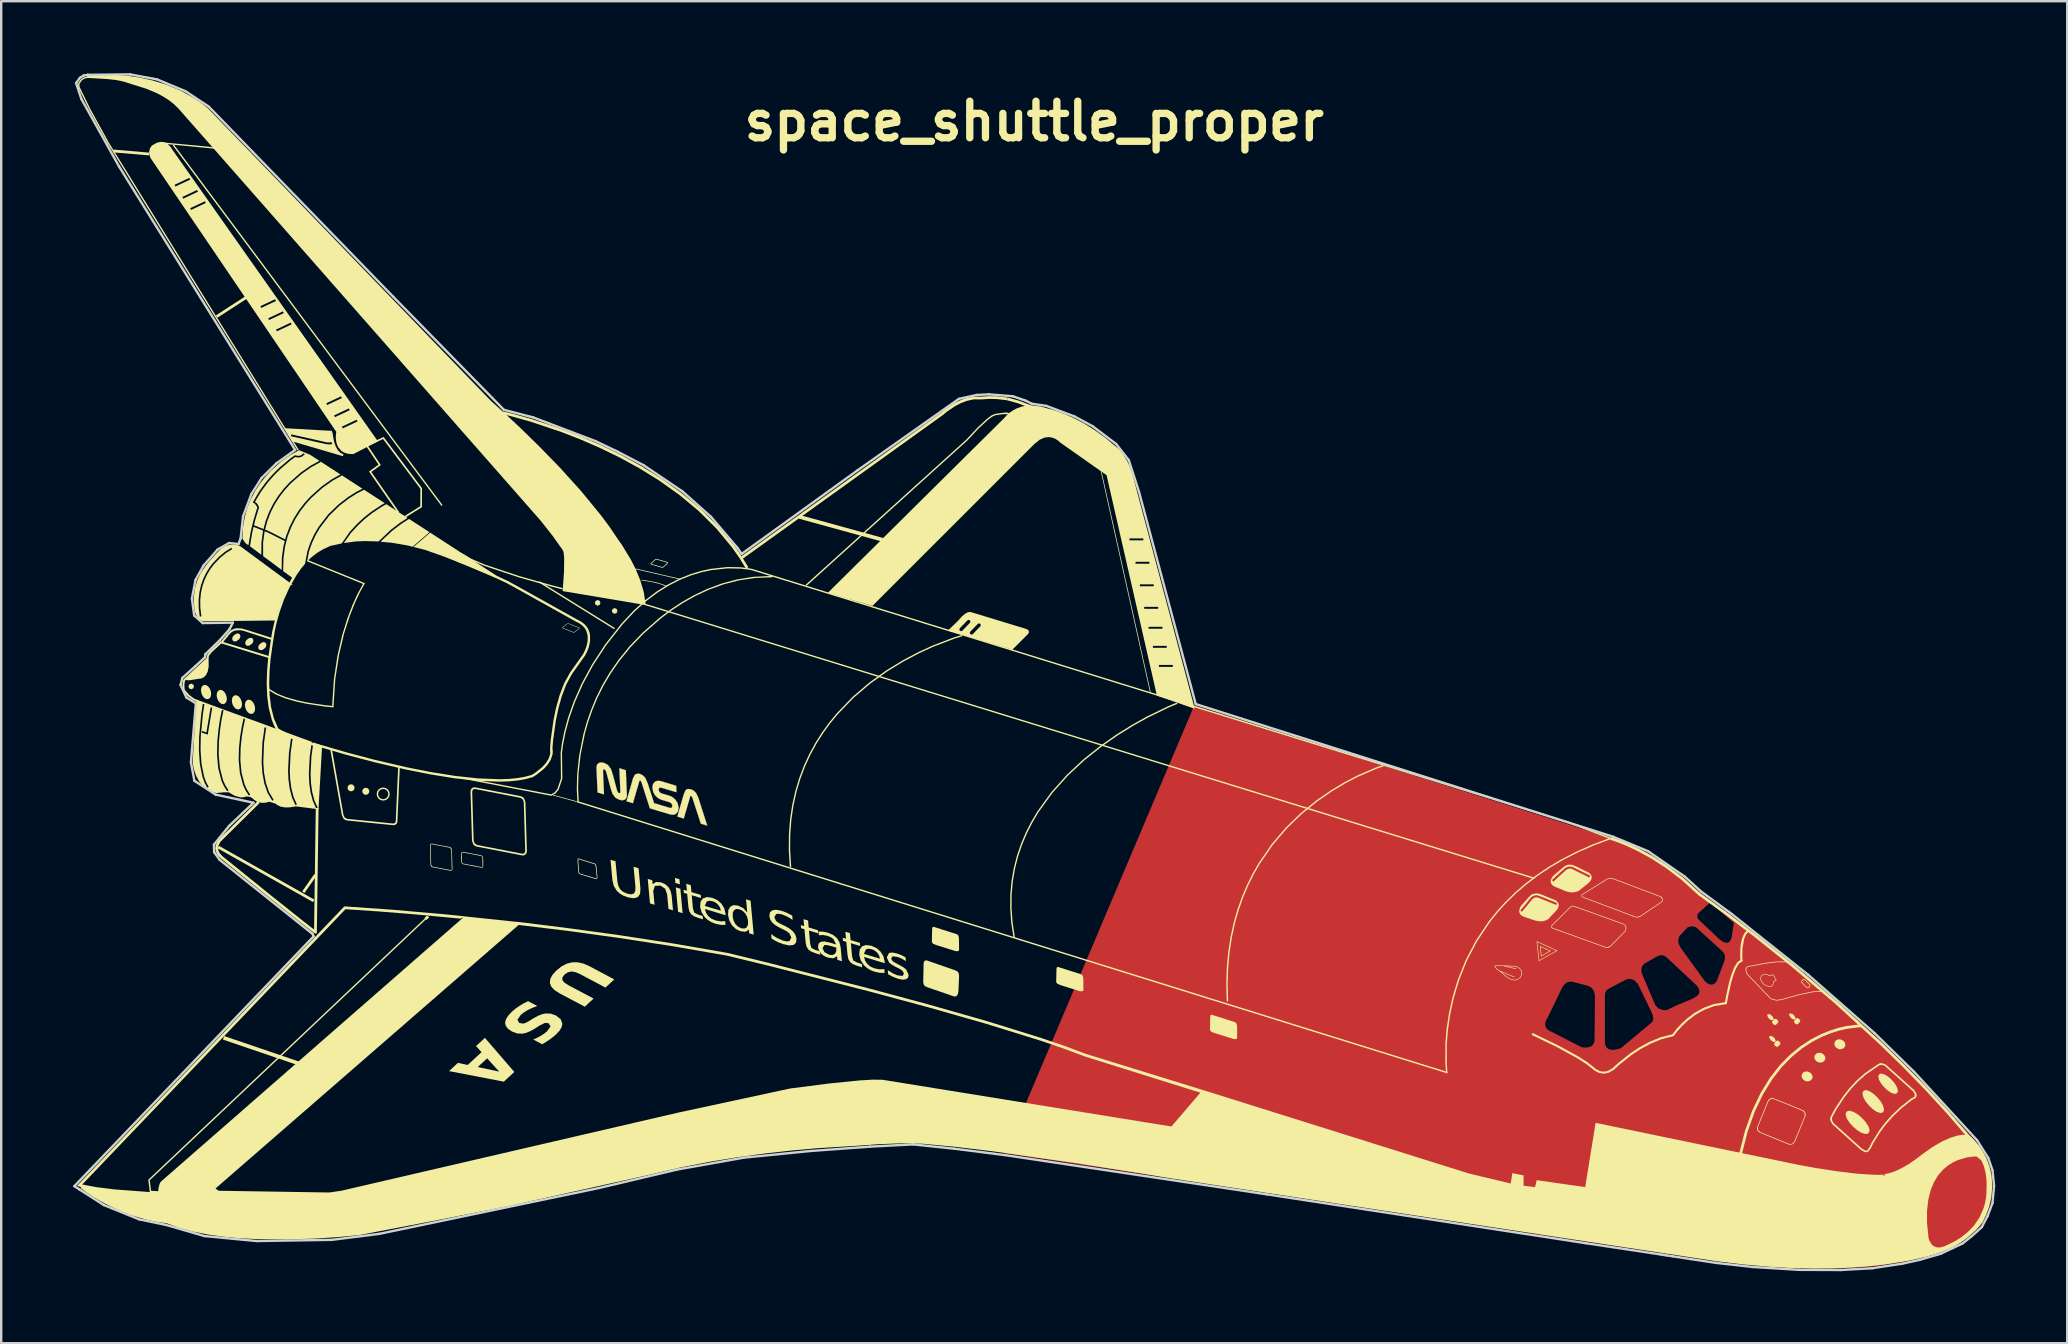
<source format=kicad_pcb>
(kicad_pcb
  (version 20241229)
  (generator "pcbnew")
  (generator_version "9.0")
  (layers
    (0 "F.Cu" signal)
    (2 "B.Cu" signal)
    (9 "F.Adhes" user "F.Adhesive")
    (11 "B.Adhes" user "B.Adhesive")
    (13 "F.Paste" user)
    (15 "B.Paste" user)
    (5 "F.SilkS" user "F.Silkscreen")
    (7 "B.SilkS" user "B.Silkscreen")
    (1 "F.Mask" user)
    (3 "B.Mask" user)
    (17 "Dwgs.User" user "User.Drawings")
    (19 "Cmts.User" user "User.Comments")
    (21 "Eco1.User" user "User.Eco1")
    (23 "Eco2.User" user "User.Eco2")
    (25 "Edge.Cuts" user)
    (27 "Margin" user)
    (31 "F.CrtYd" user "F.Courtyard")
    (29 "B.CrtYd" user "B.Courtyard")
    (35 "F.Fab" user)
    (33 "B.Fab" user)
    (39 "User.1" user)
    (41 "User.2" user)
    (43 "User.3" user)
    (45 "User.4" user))
  (footprint "space_shuttle_proper"
    (layer "F.Cu")
    (at 40.05 5.05)
    (property "Reference" "space_shuttle_proper" (at 0 -3.048 0) (layer "F.SilkS") (effects (font (size 1.524 1.524) (thickness 0.305))))
    (attr exclude_from_pos_files exclude_from_bom)
    (fp_poly (pts (xy 6.67 21.299) (xy 22.38 32.804) (xy 22.383 32.804) (xy 25.923 31.775) (xy 26.072 31.714) (xy 26.142 31.705) (xy 26.253 31.725) (xy 26.358 31.8) (xy 26.852 31.225) (xy 26.84 31.078) (xy 26.878 30.932) (xy 26.882 30.927) (xy 26.96 30.832) (xy 26.961 30.831) (xy 27.235 30.542) (xy 27.246 30.538) (xy 27.435 30.5) (xy 27.436 30.5) (xy 27.575 30.539) (xy 27.674 30.63) (xy 28.51 31.001) (xy 27.705 30.239) (xy 27.711 30.243) (xy 27.678 30.212) (xy 27.629 30.123) (xy 27.646 29.99) (xy 27.776 29.868) (xy 28.172 29.506) (xy 28.211 29.54) (xy 29.158 30.358) (xy 29.154 30.389) (xy 29.064 30.97) (xy 29.009 31.106) (xy 28.92 31.18) (xy 28.868 31.192) (xy 28.721 31.161) (xy 28.576 31.063) (xy 28.513 31.003) (xy 28.51 31.001) (xy 27.674 30.63) (xy 28.659 31.525) (xy 28.761 31.645) (xy 28.791 31.775) (xy 28.772 31.917) (xy 28.772 31.918) (xy 28.443 32.792) (xy 28.44 32.798) (xy 28.356 32.889) (xy 28.262 32.932) (xy 28.215 32.935) (xy 28.089 32.901) (xy 27.974 32.814) (xy 27.93 32.765) (xy 27.93 32.765) (xy 26.938 31.394) (xy 26.938 31.393) (xy 26.936 31.39) (xy 26.852 31.225) (xy 26.358 31.8) (xy 27.603 32.964) (xy 27.604 32.965) (xy 27.643 33.011) (xy 27.708 33.132) (xy 27.723 33.213) (xy 27.707 33.301) (xy 27.651 33.381) (xy 27.555 33.447) (xy 27.554 33.447) (xy 27.463 33.506) (xy 27.457 33.508) (xy 26.779 33.796) (xy 26.348 33.997) (xy 26.338 34.002) (xy 26.326 34.002) (xy 26.155 33.982) (xy 26.008 33.919) (xy 25.882 33.785) (xy 25.88 33.782) (xy 25.356 32.547) (xy 25.303 32.384) (xy 25.313 32.224) (xy 25.351 32.141) (xy 25.418 32.067) (xy 25.421 32.063) (xy 25.923 31.775) (xy 22.383 32.804) (xy 23.09 32.985) (xy 23.091 32.985) (xy 23.231 33.067) (xy 24.572 32.769) (xy 24.631 32.735) (xy 24.763 32.695) (xy 24.856 32.695) (xy 25.008 32.751) (xy 25.153 32.896) (xy 25.155 32.9) (xy 25.157 32.903) (xy 25.735 34.095) (xy 25.784 34.228) (xy 25.803 34.351) (xy 25.767 34.478) (xy 25.762 34.485) (xy 24.449 35.58) (xy 24.44 35.584) (xy 24.351 35.613) (xy 24.147 35.651) (xy 24.031 35.647) (xy 23.918 35.611) (xy 23.828 35.526) (xy 23.783 35.391) (xy 23.783 35.388) (xy 23.783 33.471) (xy 23.788 33.311) (xy 23.839 33.179) (xy 23.961 33.093) (xy 24.572 32.769) (xy 23.231 33.067) (xy 23.326 33.195) (xy 23.369 33.398) (xy 23.369 33.399) (xy 23.351 35.257) (xy 23.345 35.316) (xy 23.289 35.44) (xy 23.181 35.524) (xy 22.996 35.561) (xy 22.823 35.546) (xy 22.817 35.545) (xy 21.548 34.892) (xy 21.477 34.865) (xy 21.359 34.773) (xy 21.31 34.689) (xy 21.293 34.578) (xy 21.322 34.444) (xy 21.407 34.285) (xy 22.021 33.02) (xy 22.022 33.019) (xy 22.117 32.904) (xy 22.229 32.829) (xy 22.38 32.804) (xy 6.67 21.299) (xy -1.23 39.962) (xy 9.698 41.599) (xy 22.992 43.635) (xy 23.046 43.643) (xy 23.196 43.666) (xy 23.426 43.7) (xy 23.717 43.744) (xy 24.052 43.794) (xy 24.414 43.848) (xy 24.786 43.904) (xy 25.151 43.959) (xy 25.49 44.01) (xy 25.787 44.055) (xy 26.025 44.091) (xy 26.186 44.115) (xy 26.252 44.126) (xy 26.342 44.14) (xy 26.55 44.172) (xy 26.841 44.217) (xy 27.181 44.268) (xy 27.536 44.322) (xy 27.872 44.373) (xy 28.154 44.416) (xy 28.349 44.445) (xy 28.421 44.456) (xy 29.945 44.626) (xy 31.873 44.745) (xy 33.61 44.753) (xy 34.909 44.68) (xy 36.166 44.489) (xy 36.879 44.333) (xy 37.753 44.078) (xy 38.649 43.656) (xy 39.025 43.356) (xy 39.43 42.993) (xy 39.663 42.544) (xy 39.863 42.017) (xy 39.926 41.324) (xy 39.863 40.692) (xy 39.691 40.19) (xy 39.227 39.457) (xy 38.351 38.504) (xy 36.607 36.612) (xy 34.964 35.005) (xy 32.211 32.585) (xy 29.02 30.046) (xy 27.743 29.109) (xy 27.067 28.493) (xy 25.548 27.439) (xy 24.106 26.843) (xy 6.67 21.299)) (stroke (width 0) (type solid)) (fill yes) (layer "F.Cu"))
    (fp_poly (pts (xy 28.172 29.507) (xy 27.776 29.868) (xy 27.646 29.99) (xy 27.629 30.124) (xy 27.678 30.212) (xy 27.711 30.243) (xy 27.706 30.239) (xy 28.51 31.001) (xy 28.513 31.004) (xy 28.575 31.063) (xy 28.721 31.161) (xy 28.868 31.192) (xy 28.92 31.18) (xy 29.009 31.106) (xy 29.064 30.971) (xy 29.154 30.389) (xy 29.158 30.358) (xy 28.211 29.54) (xy 28.172 29.507) (xy 28.172 29.507)) (stroke (width 0) (type solid)) (fill yes) (layer "F.Mask"))
    (fp_poly (pts (xy 22.38 32.804) (xy 22.229 32.829) (xy 22.117 32.904) (xy 22.022 33.019) (xy 22.021 33.02) (xy 21.407 34.285) (xy 21.322 34.444) (xy 21.293 34.578) (xy 21.31 34.689) (xy 21.359 34.773) (xy 21.477 34.865) (xy 21.548 34.892) (xy 21.548 34.892) (xy 22.817 35.545) (xy 22.822 35.545) (xy 22.996 35.561) (xy 23.181 35.523) (xy 23.289 35.44) (xy 23.345 35.316) (xy 23.351 35.257) (xy 23.369 33.398) (xy 23.369 33.398) (xy 23.326 33.195) (xy 23.231 33.067) (xy 23.091 32.985) (xy 23.09 32.985) (xy 22.382 32.804) (xy 22.38 32.804) (xy 22.38 32.804)) (stroke (width 0) (type solid)) (fill yes) (layer "F.Mask"))
    (fp_poly (pts (xy 24.856 32.695) (xy 24.763 32.695) (xy 24.631 32.735) (xy 24.572 32.769) (xy 23.96 33.093) (xy 23.838 33.179) (xy 23.788 33.311) (xy 23.782 33.47) (xy 23.782 33.471) (xy 23.782 35.388) (xy 23.783 35.391) (xy 23.828 35.526) (xy 23.918 35.611) (xy 24.03 35.647) (xy 24.147 35.651) (xy 24.35 35.613) (xy 24.44 35.583) (xy 24.448 35.58) (xy 25.762 34.485) (xy 25.767 34.478) (xy 25.803 34.351) (xy 25.784 34.228) (xy 25.735 34.095) (xy 25.157 32.903) (xy 25.155 32.9) (xy 25.153 32.896) (xy 25.008 32.75) (xy 24.856 32.695) (xy 24.856 32.695) (xy 24.856 32.695)) (stroke (width 0) (type solid)) (fill yes) (layer "F.Mask"))
    (fp_poly (pts (xy 27.435 30.499) (xy 27.246 30.538) (xy 27.235 30.542) (xy 26.961 30.831) (xy 26.96 30.832) (xy 26.881 30.927) (xy 26.878 30.932) (xy 26.84 31.078) (xy 26.852 31.225) (xy 26.936 31.391) (xy 26.938 31.393) (xy 26.938 31.394) (xy 27.93 32.764) (xy 27.93 32.765) (xy 27.974 32.814) (xy 28.089 32.901) (xy 28.215 32.935) (xy 28.262 32.931) (xy 28.356 32.889) (xy 28.44 32.798) (xy 28.444 32.792) (xy 28.772 31.918) (xy 28.772 31.917) (xy 28.791 31.775) (xy 28.761 31.645) (xy 28.659 31.526) (xy 28.666 31.531) (xy 27.675 30.63) (xy 27.575 30.539) (xy 27.435 30.499) (xy 27.435 30.499) (xy 27.435 30.499)) (stroke (width 0) (type solid)) (fill yes) (layer "F.Mask"))
    (fp_poly (pts (xy 26.142 31.705) (xy 26.072 31.713) (xy 25.923 31.775) (xy 25.421 32.063) (xy 25.418 32.067) (xy 25.351 32.141) (xy 25.313 32.224) (xy 25.304 32.384) (xy 25.356 32.547) (xy 25.88 33.782) (xy 25.882 33.785) (xy 26.009 33.919) (xy 26.155 33.982) (xy 26.326 34.002) (xy 26.338 34.002) (xy 26.349 33.997) (xy 26.78 33.796) (xy 27.457 33.508) (xy 27.463 33.506) (xy 27.554 33.446) (xy 27.555 33.446) (xy 27.651 33.381) (xy 27.707 33.3) (xy 27.723 33.213) (xy 27.708 33.132) (xy 27.644 33.011) (xy 27.604 32.964) (xy 27.603 32.964) (xy 26.358 31.8) (xy 26.253 31.725) (xy 26.142 31.705) (xy 26.142 31.705) (xy 26.142 31.705)) (stroke (width 0) (type solid)) (fill yes) (layer "F.Mask"))
    (fp_poly (pts (xy 4.223 13.365) (xy 3.645 13.365) (xy 4.223 13.365)) (stroke (width 0) (type solid)) (fill yes) (layer "F.SilkS"))
    (fp_poly (pts (xy -36.895 -1.624) (xy -38.377 -1.75) (xy -38.367 -1.866) (xy -36.885 -1.739) (xy -36.895 -1.624)) (stroke (width 0) (type solid)) (fill yes) (layer "F.SilkS"))
    (fp_poly (pts (xy -34.184 -1.906) (xy -36.279 -2.105) (xy -36.273 -2.162) (xy -34.178 -1.963) (xy -34.184 -1.906)) (stroke (width 0) (type solid)) (fill yes) (layer "F.SilkS"))
    (fp_poly (pts (xy -34.041 5.141) (xy -34.104 5.044) (xy -32.875 4.249) (xy -32.813 4.346) (xy -34.041 5.141)) (stroke (width 0) (type solid)) (fill yes) (layer "F.SilkS"))
    (fp_poly (pts (xy -30.629 36.308) (xy -33.809 35.224) (xy -33.758 35.077) (xy -30.579 36.16) (xy -30.629 36.308)) (stroke (width 0) (type solid)) (fill yes) (layer "F.SilkS"))
    (fp_poly (pts (xy -30.412 29.114) (xy -30.507 29.048) (xy -30.001 28.325) (xy -29.906 28.391) (xy -30.412 29.114)) (stroke (width 0) (type solid)) (fill yes) (layer "F.SilkS"))
    (fp_poly (pts (xy -30.055 29.493) (xy -34.029 27.253) (xy -33.972 27.152) (xy -29.998 29.392) (xy -30.055 29.493)) (stroke (width 0) (type solid)) (fill yes) (layer "F.SilkS"))
    (fp_poly (pts (xy -25.329 30.24) (xy -25.408 30.156) (xy -25.297 30.05) (xy -25.218 30.135) (xy -25.329 30.24)) (stroke (width 0) (type solid)) (fill yes) (layer "F.SilkS"))
    (fp_poly (pts (xy -24.702 12.985) (xy -35.902 -2.044) (xy -35.856 -2.078) (xy -24.656 12.951) (xy -24.702 12.985)) (stroke (width 0) (type solid)) (fill yes) (layer "F.SilkS"))
    (fp_poly (pts (xy -21.36 40.425) (xy -21.279 40.425) (xy -21.279 41.4) (xy -21.36 41.4) (xy -21.36 40.425)) (stroke (width 0) (type solid)) (fill yes) (layer "F.SilkS"))
    (fp_poly (pts (xy -19.625 39.992) (xy -19.545 39.992) (xy -19.545 40.967) (xy -19.625 40.967) (xy -19.625 39.992)) (stroke (width 0) (type solid)) (fill yes) (layer "F.SilkS"))
    (fp_poly (pts (xy -19.011 25.338) (xy -20.059 25.048) (xy -20.051 25.021) (xy -19.004 25.31) (xy -19.011 25.338)) (stroke (width 0) (type solid)) (fill yes) (layer "F.SilkS"))
    (fp_poly (pts (xy -18.18 39.702) (xy -18.1 39.702) (xy -18.1 40.678) (xy -18.18 40.678) (xy -18.18 39.702)) (stroke (width 0) (type solid)) (fill yes) (layer "F.SilkS"))
    (fp_poly (pts (xy -17.505 18.123) (xy -20.648 16.172) (xy -20.618 16.123) (xy -17.475 18.074) (xy -17.505 18.123)) (stroke (width 0) (type solid)) (fill yes) (layer "F.SilkS"))
    (fp_poly (pts (xy -16.663 39.414) (xy -16.582 39.414) (xy -16.582 40.389) (xy -16.663 40.389) (xy -16.663 39.414)) (stroke (width 0) (type solid)) (fill yes) (layer "F.SilkS"))
    (fp_poly (pts (xy -15.254 39.088) (xy -15.173 39.088) (xy -15.173 40.064) (xy -15.254 40.064) (xy -15.254 39.088)) (stroke (width 0) (type solid)) (fill yes) (layer "F.SilkS"))
    (fp_poly (pts (xy -14.972 28.485) (xy -14.784 28.542) (xy -14.765 28.754) (xy -14.953 28.697) (xy -14.972 28.485)) (stroke (width 0) (type solid)) (fill yes) (layer "F.SilkS"))
    (fp_poly (pts (xy -14.935 28.882) (xy -14.747 28.938) (xy -14.653 29.957) (xy -14.841 29.901) (xy -14.935 28.882)) (stroke (width 0) (type solid)) (fill yes) (layer "F.SilkS"))
    (fp_poly (pts (xy -14.747 16.053) (xy -16.626 15.619) (xy -16.619 15.591) (xy -14.741 16.025) (xy -14.747 16.053)) (stroke (width 0) (type solid)) (fill yes) (layer "F.SilkS"))
    (fp_poly (pts (xy -13.809 38.691) (xy -13.728 38.691) (xy -13.728 39.666) (xy -13.809 39.666) (xy -13.809 38.691)) (stroke (width 0) (type solid)) (fill yes) (layer "F.SilkS"))
    (fp_poly (pts (xy -12.364 38.438) (xy -12.283 38.438) (xy -12.283 39.414) (xy -12.364 39.414) (xy -12.364 38.438)) (stroke (width 0) (type solid)) (fill yes) (layer "F.SilkS"))
    (fp_poly (pts (xy -10.992 38.221) (xy -10.91 38.221) (xy -10.91 39.196) (xy -10.992 39.196) (xy -10.992 38.221)) (stroke (width 0) (type solid)) (fill yes) (layer "F.SilkS"))
    (fp_poly (pts (xy -9.727 38.077) (xy -9.646 38.077) (xy -9.646 39.052) (xy -9.727 39.052) (xy -9.727 38.077)) (stroke (width 0) (type solid)) (fill yes) (layer "F.SilkS"))
    (fp_poly (pts (xy -8.39 37.932) (xy -8.309 37.932) (xy -8.309 38.908) (xy -8.39 38.908) (xy -8.39 37.932)) (stroke (width 0) (type solid)) (fill yes) (layer "F.SilkS"))
    (fp_poly (pts (xy -7.017 37.86) (xy -6.936 37.86) (xy -6.936 38.835) (xy -7.017 38.835) (xy -7.017 37.86)) (stroke (width 0) (type solid)) (fill yes) (layer "F.SilkS"))
    (fp_poly (pts (xy -6.275 14.488) (xy -9.815 13.513) (xy -9.774 13.363) (xy -6.233 14.338) (xy -6.275 14.488)) (stroke (width 0) (type solid)) (fill yes) (layer "F.SilkS"))
    (fp_poly (pts (xy -5.681 37.968) (xy -5.6 37.968) (xy -5.6 38.944) (xy -5.681 38.944) (xy -5.681 37.968)) (stroke (width 0) (type solid)) (fill yes) (layer "F.SilkS"))
    (fp_poly (pts (xy -4.452 38.077) (xy -4.371 38.077) (xy -4.371 39.052) (xy -4.452 39.052) (xy -4.452 38.077)) (stroke (width 0) (type solid)) (fill yes) (layer "F.SilkS"))
    (fp_poly (pts (xy -3.26 38.185) (xy -3.179 38.185) (xy -3.179 39.161) (xy -3.26 39.161) (xy -3.26 38.185)) (stroke (width 0) (type solid)) (fill yes) (layer "F.SilkS"))
    (fp_poly (pts (xy -2.032 38.293) (xy -1.951 38.293) (xy -1.951 39.269) (xy -2.032 39.269) (xy -2.032 38.293)) (stroke (width 0) (type solid)) (fill yes) (layer "F.SilkS"))
    (fp_poly (pts (xy -0.586 38.402) (xy -0.506 38.402) (xy -0.506 39.377) (xy -0.586 39.377) (xy -0.586 38.402)) (stroke (width 0) (type solid)) (fill yes) (layer "F.SilkS"))
    (fp_poly (pts (xy 4.823 20.738) (xy 2.764 11.49) (xy 2.792 11.484) (xy 4.851 20.732) (xy 4.823 20.738)) (stroke (width 0) (type solid)) (fill yes) (layer "F.SilkS"))
    (fp_poly (pts (xy -36.847 41.657) (xy -36.921 41.064) (xy -25.28 30.068) (xy -25.241 30.11) (xy -36.86 41.086) (xy -36.789 41.65) (xy -36.847 41.657)) (stroke (width 0) (type solid)) (fill yes) (layer "F.SilkS"))
    (fp_poly (pts (xy -0.171 8.902) (xy -0.669 8.71) (xy -1.134 8.581) (xy -1.114 8.467) (xy -0.63 8.6) (xy -0.126 8.796) (xy -0.171 8.902)) (stroke (width 0) (type solid)) (fill yes) (layer "F.SilkS"))
    (fp_poly (pts (xy -35.133 20.39) (xy -35.215 20.425) (xy -35.25 20.507) (xy -35.215 20.59) (xy -35.133 20.625) (xy -35.05 20.59) (xy -35.015 20.507) (xy -35.05 20.425) (xy -35.133 20.39)) (stroke (width 0) (type solid)) (fill yes) (layer "F.SilkS"))
    (fp_poly (pts (xy -25.2 14.079) (xy -26.053 13.527) (xy -26.379 13.733) (xy -26.764 14.027) (xy -27.244 14.475) (xy -26.771 14.52) (xy -26.106 14.634) (xy -25.903 14.685) (xy -25.2 14.079)) (stroke (width 0) (type solid)) (fill yes) (layer "F.SilkS"))
    (fp_poly (pts (xy -18.192 17.122) (xy -18.261 17.093) (xy -18.289 17.024) (xy -18.261 16.956) (xy -18.192 16.927) (xy -18.124 16.956) (xy -18.095 17.024) (xy -18.124 17.093) (xy -18.192 17.122)) (stroke (width 0) (type solid)) (fill yes) (layer "F.SilkS"))
    (fp_poly (pts (xy -17.484 17.458) (xy -17.553 17.429) (xy -17.581 17.361) (xy -17.553 17.292) (xy -17.484 17.263) (xy -17.416 17.292) (xy -17.387 17.361) (xy -17.416 17.429) (xy -17.484 17.458)) (stroke (width 0) (type solid)) (fill yes) (layer "F.SilkS"))
    (fp_poly (pts (xy -15.329 16.341) (xy -15.642 16.226) (xy -15.984 16.148) (xy -16.371 16.089) (xy -16.369 16.061) (xy -15.979 16.12) (xy -15.634 16.198) (xy -15.316 16.315) (xy -15.329 16.341)) (stroke (width 0) (type solid)) (fill yes) (layer "F.SilkS"))
    (fp_poly (pts (xy -32.21 15.019) (xy -32.21 15.011) (xy -32.204 14.508) (xy -32.142 14.043) (xy -32.135 14.015) (xy -32.531 13.856) (xy -32.587 14.084) (xy -32.683 14.669) (xy -32.605 14.724) (xy -32.21 15.019)) (stroke (width 0) (type solid)) (fill yes) (layer "F.SilkS"))
    (fp_poly (pts (xy -31.233 14.449) (xy -31.931 14.097) (xy -32.07 14.041) (xy -32.074 14.055) (xy -32.135 14.512) (xy -32.134 15.076) (xy -31.361 15.652) (xy -31.355 15.151) (xy -31.291 14.678) (xy -31.233 14.449)) (stroke (width 0) (type solid)) (fill yes) (layer "F.SilkS"))
    (fp_poly (pts (xy 21.03 31.954) (xy 21.05 31.916) (xy 21.755 31.521) (xy 20.964 31.16) (xy 21.05 31.916) (xy 21.03 31.954) (xy 20.936 31.121) (xy 20.955 31.13) (xy 21.807 31.518) (xy 21.03 31.954)) (stroke (width 0) (type solid)) (fill yes) (layer "F.SilkS"))
    (fp_poly (pts (xy 21.121 31.759) (xy 21.141 31.721) (xy 21.479 31.532) (xy 21.1 31.359) (xy 21.141 31.721) (xy 21.121 31.759) (xy 21.072 31.32) (xy 21.091 31.329) (xy 21.531 31.529) (xy 21.121 31.759)) (stroke (width 0) (type solid)) (fill yes) (layer "F.SilkS"))
    (fp_poly (pts (xy 30.587 34.16) (xy 30.555 34.182) (xy 30.548 34.224) (xy 30.593 34.32) (xy 30.685 34.401) (xy 30.778 34.422) (xy 30.81 34.399) (xy 30.817 34.358) (xy 30.772 34.261) (xy 30.68 34.181) (xy 30.587 34.16)) (stroke (width 0) (type solid)) (fill yes) (layer "F.SilkS"))
    (fp_poly (pts (xy 30.671 35.068) (xy 30.64 35.091) (xy 30.632 35.132) (xy 30.677 35.228) (xy 30.77 35.309) (xy 30.863 35.33) (xy 30.894 35.307) (xy 30.902 35.266) (xy 30.857 35.17) (xy 30.764 35.089) (xy 30.671 35.068)) (stroke (width 0) (type solid)) (fill yes) (layer "F.SilkS"))
    (fp_poly (pts (xy 31.498 34.13) (xy 31.467 34.153) (xy 31.459 34.194) (xy 31.505 34.29) (xy 31.597 34.371) (xy 31.69 34.392) (xy 31.721 34.369) (xy 31.729 34.328) (xy 31.684 34.232) (xy 31.592 34.151) (xy 31.498 34.13)) (stroke (width 0) (type solid)) (fill yes) (layer "F.SilkS"))
    (fp_poly (pts (xy -19.665 16.464) (xy -20.218 16.32) (xy -21.49 15.958) (xy -22.899 15.488) (xy -23.473 15.246) (xy -23.867 15.014) (xy -23.83 14.968) (xy -23.449 15.192) (xy -22.878 15.434) (xy -21.474 15.903) (xy -20.203 16.263) (xy -19.651 16.408) (xy -19.665 16.464)) (stroke (width 0) (type solid)) (fill yes) (layer "F.SilkS"))
    (fp_poly (pts (xy 30.974 35.263) (xy 30.928 35.284) (xy 30.851 35.366) (xy 30.833 35.414) (xy 30.854 35.46) (xy 30.91 35.513) (xy 30.958 35.53) (xy 31.004 35.51) (xy 31.081 35.427) (xy 31.099 35.379) (xy 31.078 35.333) (xy 31.022 35.281) (xy 30.974 35.263)) (stroke (width 0) (type solid)) (fill yes) (layer "F.SilkS"))
    (fp_poly (pts (xy -23.608 36.281) (xy -22.799 36.006) (xy -23.19 36.368) (xy -22.297 36.558) (xy -22.799 36.006) (xy -23.608 36.281) (xy -23.033 35.748) (xy -23.261 35.494) (xy -22.892 35.152) (xy -21.666 36.572) (xy -22.104 36.978) (xy -24.387 36.537) (xy -24.017 36.194) (xy -23.608 36.281)) (stroke (width 0) (type solid)) (fill yes) (layer "F.SilkS"))
    (fp_poly (pts (xy 30.889 34.355) (xy 30.843 34.376) (xy 30.766 34.458) (xy 30.748 34.506) (xy 30.77 34.552) (xy 30.826 34.605) (xy 30.873 34.622) (xy 30.919 34.601) (xy 30.997 34.519) (xy 30.997 34.519) (xy 31.014 34.471) (xy 30.994 34.425) (xy 30.937 34.373) (xy 30.889 34.355)) (stroke (width 0) (type solid)) (fill yes) (layer "F.SilkS"))
    (fp_poly (pts (xy 31.801 34.325) (xy 31.755 34.346) (xy 31.678 34.428) (xy 31.678 34.429) (xy 31.66 34.476) (xy 31.681 34.522) (xy 31.737 34.575) (xy 31.785 34.593) (xy 31.831 34.572) (xy 31.908 34.489) (xy 31.926 34.441) (xy 31.905 34.395) (xy 31.849 34.343) (xy 31.801 34.325)) (stroke (width 0) (type solid)) (fill yes) (layer "F.SilkS"))
    (fp_poly (pts (xy -32.657 18.48) (xy -32.721 18.492) (xy -32.835 18.579) (xy -32.87 18.642) (xy -32.881 18.705) (xy -32.866 18.762) (xy -32.825 18.802) (xy -32.766 18.815) (xy -32.702 18.802) (xy -32.587 18.716) (xy -32.552 18.653) (xy -32.541 18.59) (xy -32.556 18.533) (xy -32.597 18.493) (xy -32.657 18.48)) (stroke (width 0) (type solid)) (fill yes) (layer "F.SilkS"))
    (fp_poly (pts (xy -32.114 18.66) (xy -32.179 18.673) (xy -32.293 18.76) (xy -32.328 18.823) (xy -32.34 18.886) (xy -32.324 18.942) (xy -32.283 18.982) (xy -32.224 18.996) (xy -32.16 18.983) (xy -32.045 18.896) (xy -32.01 18.833) (xy -31.999 18.77) (xy -32.014 18.714) (xy -32.055 18.674) (xy -32.114 18.66)) (stroke (width 0) (type solid)) (fill yes) (layer "F.SilkS"))
    (fp_poly (pts (xy -27 12.912) (xy -27.168 13.004) (xy -27.605 13.294) (xy -27.882 13.514) (xy -28.175 13.786) (xy -28.472 14.109) (xy -28.772 14.529) (xy -28.263 14.463) (xy -27.894 14.449) (xy -27.369 14.463) (xy -27.327 14.466) (xy -26.808 13.974) (xy -26.417 13.676) (xy -26.117 13.485) (xy -27 12.912)) (stroke (width 0) (type solid)) (fill yes) (layer "F.SilkS"))
    (fp_poly (pts (xy -33.199 18.299) (xy -33.262 18.312) (xy -33.377 18.399) (xy -33.412 18.462) (xy -33.423 18.524) (xy -33.408 18.581) (xy -33.367 18.621) (xy -33.308 18.635) (xy -33.308 18.634) (xy -33.244 18.622) (xy -33.129 18.535) (xy -33.094 18.472) (xy -33.083 18.409) (xy -33.098 18.353) (xy -33.139 18.312) (xy -33.199 18.299)) (stroke (width 0) (type solid)) (fill yes) (layer "F.SilkS"))
    (fp_poly (pts (xy 32.203 36.552) (xy 32.118 36.56) (xy 32.044 36.598) (xy 31.994 36.664) (xy 31.979 36.745) (xy 31.999 36.825) (xy 32.05 36.894) (xy 32.126 36.945) (xy 32.214 36.967) (xy 32.338 36.944) (xy 32.423 36.856) (xy 32.439 36.774) (xy 32.418 36.695) (xy 32.367 36.625) (xy 32.291 36.574) (xy 32.203 36.552)) (stroke (width 0) (type solid)) (fill yes) (layer "F.SilkS"))
    (fp_poly (pts (xy 32.736 35.769) (xy 32.611 35.793) (xy 32.526 35.881) (xy 32.511 35.962) (xy 32.531 36.042) (xy 32.582 36.111) (xy 32.658 36.162) (xy 32.746 36.185) (xy 32.871 36.161) (xy 32.955 36.073) (xy 32.971 35.992) (xy 32.95 35.912) (xy 32.899 35.842) (xy 32.824 35.792) (xy 32.736 35.769) (xy 32.736 35.769)) (stroke (width 0) (type solid)) (fill yes) (layer "F.SilkS"))
    (fp_poly (pts (xy 33.569 35.213) (xy 33.483 35.221) (xy 33.41 35.259) (xy 33.36 35.324) (xy 33.345 35.406) (xy 33.365 35.485) (xy 33.416 35.555) (xy 33.492 35.606) (xy 33.58 35.628) (xy 33.705 35.605) (xy 33.789 35.516) (xy 33.804 35.435) (xy 33.784 35.355) (xy 33.733 35.286) (xy 33.657 35.235) (xy 33.569 35.213)) (stroke (width 0) (type solid)) (fill yes) (layer "F.SilkS"))
    (fp_poly (pts (xy -34.579 20.442) (xy -34.656 20.476) (xy -34.705 20.55) (xy -34.724 20.649) (xy -34.712 20.764) (xy -34.671 20.875) (xy -34.609 20.964) (xy -34.532 21.022) (xy -34.446 21.039) (xy -34.369 21.004) (xy -34.32 20.93) (xy -34.3 20.832) (xy -34.312 20.717) (xy -34.354 20.605) (xy -34.416 20.517) (xy -34.493 20.458) (xy -34.579 20.442)) (stroke (width 0) (type solid)) (fill yes) (layer "F.SilkS"))
    (fp_poly (pts (xy -33.294 20.871) (xy -33.37 20.906) (xy -33.42 20.979) (xy -33.439 21.078) (xy -33.427 21.193) (xy -33.386 21.304) (xy -33.323 21.393) (xy -33.246 21.451) (xy -33.16 21.468) (xy -33.083 21.433) (xy -33.034 21.36) (xy -33.015 21.261) (xy -33.027 21.146) (xy -33.068 21.035) (xy -33.13 20.946) (xy -33.207 20.888) (xy -33.294 20.871)) (stroke (width 0) (type solid)) (fill yes) (layer "F.SilkS"))
    (fp_poly (pts (xy -32.748 21.057) (xy -32.825 21.092) (xy -32.874 21.165) (xy -32.893 21.264) (xy -32.881 21.379) (xy -32.84 21.49) (xy -32.778 21.579) (xy -32.7 21.637) (xy -32.614 21.654) (xy -32.538 21.619) (xy -32.488 21.546) (xy -32.469 21.447) (xy -32.481 21.332) (xy -32.522 21.221) (xy -32.584 21.132) (xy -32.662 21.074) (xy -32.748 21.057)) (stroke (width 0) (type solid)) (fill yes) (layer "F.SilkS"))
    (fp_poly (pts (xy -28.47 24.585) (xy -28.527 24.596) (xy -28.574 24.628) (xy -28.605 24.674) (xy -28.616 24.731) (xy -28.605 24.788) (xy -28.574 24.835) (xy -28.527 24.866) (xy -28.47 24.878) (xy -28.414 24.866) (xy -28.367 24.835) (xy -28.336 24.788) (xy -28.324 24.731) (xy -28.336 24.674) (xy -28.367 24.628) (xy -28.414 24.596) (xy -28.47 24.585)) (stroke (width 0) (type solid)) (fill yes) (layer "F.SilkS"))
    (fp_poly (pts (xy -27.856 24.73) (xy -27.913 24.741) (xy -27.959 24.772) (xy -27.991 24.819) (xy -28.003 24.876) (xy -27.991 24.933) (xy -27.959 24.979) (xy -27.913 25.011) (xy -27.856 25.023) (xy -27.799 25.011) (xy -27.753 24.979) (xy -27.721 24.933) (xy -27.71 24.876) (xy -27.721 24.819) (xy -27.753 24.772) (xy -27.799 24.741) (xy -27.856 24.73)) (stroke (width 0) (type solid)) (fill yes) (layer "F.SilkS"))
    (fp_poly (pts (xy -26.221 13.475) (xy -26.258 13.416) (xy -25.585 12.996) (xy -25.581 12.269) (xy -27.136 10.196) (xy -27.762 10.488) (xy -27.228 11.281) (xy -27.626 11.567) (xy -26.463 13.243) (xy -26.52 13.283) (xy -27.722 11.55) (xy -27.323 11.263) (xy -27.864 10.46) (xy -27.114 10.109) (xy -25.512 12.245) (xy -25.516 13.035) (xy -26.221 13.475)) (stroke (width 0) (type solid)) (fill yes) (layer "F.SilkS"))
    (fp_poly (pts (xy -33.926 20.649) (xy -34.002 20.683) (xy -34.051 20.757) (xy -34.071 20.856) (xy -34.059 20.971) (xy -34.017 21.082) (xy -33.955 21.171) (xy -33.878 21.229) (xy -33.792 21.245) (xy -33.791 21.245) (xy -33.715 21.211) (xy -33.666 21.137) (xy -33.647 21.038) (xy -33.659 20.924) (xy -33.7 20.813) (xy -33.762 20.724) (xy -33.84 20.665) (xy -33.926 20.649)) (stroke (width 0) (type solid)) (fill yes) (layer "F.SilkS"))
    (fp_poly (pts (xy -30.701 10.671) (xy -38.612 -2.126) (xy -39.379 -3.517) (xy -39.846 -4.475) (xy -39.847 -4.624) (xy -39.844 -4.63) (xy -39.719 -4.802) (xy -39.586 -4.884) (xy -39.434 -4.908) (xy -39.441 -4.85) (xy -39.565 -4.829) (xy -39.679 -4.76) (xy -39.789 -4.61) (xy -39.788 -4.488) (xy -39.327 -3.543) (xy -38.563 -2.155) (xy -30.652 10.641) (xy -30.701 10.671)) (stroke (width 0) (type solid)) (fill yes) (layer "F.SilkS"))
    (fp_poly (pts (xy -18.192 17.142) (xy -18.192 17.102) (xy -18.138 17.079) (xy -18.115 17.024) (xy -18.138 16.97) (xy -18.192 16.948) (xy -18.247 16.97) (xy -18.269 17.024) (xy -18.247 17.079) (xy -18.192 17.102) (xy -18.192 17.142) (xy -18.275 17.107) (xy -18.309 17.025) (xy -18.275 16.942) (xy -18.192 16.907) (xy -18.11 16.942) (xy -18.075 17.025) (xy -18.11 17.107) (xy -18.192 17.142)) (stroke (width 0) (type solid)) (fill yes) (layer "F.SilkS"))
    (fp_poly (pts (xy -17.484 17.478) (xy -17.484 17.438) (xy -17.43 17.415) (xy -17.407 17.361) (xy -17.43 17.306) (xy -17.484 17.283) (xy -17.539 17.306) (xy -17.562 17.361) (xy -17.539 17.415) (xy -17.484 17.438) (xy -17.484 17.478) (xy -17.567 17.444) (xy -17.601 17.361) (xy -17.567 17.278) (xy -17.484 17.244) (xy -17.402 17.278) (xy -17.367 17.361) (xy -17.402 17.444) (xy -17.484 17.478)) (stroke (width 0) (type solid)) (fill yes) (layer "F.SilkS"))
    (fp_poly (pts (xy -15.11 29.222) (xy -15.053 29.837) (xy -15.241 29.78) (xy -15.298 29.171) (xy -15.381 28.935) (xy -15.578 28.806) (xy -15.81 28.82) (xy -15.876 29.029) (xy -15.823 29.605) (xy -16.012 29.548) (xy -16.106 28.529) (xy -15.917 28.586) (xy -15.902 28.744) (xy -15.757 28.655) (xy -15.549 28.673) (xy -15.374 28.752) (xy -15.241 28.872) (xy -15.153 29.029) (xy -15.11 29.222)) (stroke (width 0) (type solid)) (fill yes) (layer "F.SilkS"))
    (fp_poly (pts (xy -14.606 25.013) (xy -14.531 24.833) (xy -14.478 24.792) (xy -14.408 24.781) (xy -14.308 24.793) (xy -14.306 24.794) (xy -14.204 24.842) (xy -14.093 24.946) (xy -14 25.139) (xy -13.628 26.306) (xy -13.892 26.226) (xy -14.246 25.14) (xy -14.294 25.066) (xy -14.295 25.065) (xy -14.297 25.065) (xy -14.323 25.069) (xy -14.342 25.112) (xy -14.605 26.01) (xy -14.872 25.929) (xy -14.606 25.013)) (stroke (width 0) (type solid)) (fill yes) (layer "F.SilkS"))
    (fp_poly (pts (xy -9.486 16.313) (xy -9.525 16.27) (xy -2.828 10.218) (xy -2.344 9.7) (xy -1.947 9.335) (xy -1.772 9.207) (xy -1.625 9.148) (xy -1.307 9.102) (xy -1.156 9.09) (xy -1.039 9.113) (xy -1.065 9.164) (xy -1.301 9.16) (xy -1.618 9.205) (xy -1.74 9.258) (xy -1.911 9.38) (xy -2.303 9.741) (xy -2.786 10.257) (xy -2.787 10.258) (xy -9.486 16.313) (xy -9.486 16.313)) (stroke (width 0) (type solid)) (fill yes) (layer "F.SilkS"))
    (fp_poly (pts (xy -14.312 28.789) (xy -14.285 29.078) (xy -13.898 29.195) (xy -13.886 29.325) (xy -14.273 29.208) (xy -14.222 29.761) (xy -14.169 29.933) (xy -14.01 30.015) (xy -13.816 30.073) (xy -13.803 30.214) (xy -13.997 30.155) (xy -14.182 30.082) (xy -14.304 29.993) (xy -14.375 29.872) (xy -14.411 29.704) (xy -14.462 29.151) (xy -14.6 29.109) (xy -14.612 28.979) (xy -14.474 29.021) (xy -14.501 28.732) (xy -14.312 28.789)) (stroke (width 0) (type solid)) (fill yes) (layer "F.SilkS"))
    (fp_poly (pts (xy -9.425 30.261) (xy -9.399 30.551) (xy -9.011 30.668) (xy -8.999 30.798) (xy -9.387 30.681) (xy -9.336 31.234) (xy -9.283 31.406) (xy -9.123 31.488) (xy -8.93 31.546) (xy -8.917 31.686) (xy -9.11 31.628) (xy -9.296 31.555) (xy -9.417 31.466) (xy -9.489 31.345) (xy -9.525 31.177) (xy -9.576 30.624) (xy -9.714 30.582) (xy -9.726 30.452) (xy -9.588 30.494) (xy -9.615 30.205) (xy -9.425 30.261)) (stroke (width 0) (type solid)) (fill yes) (layer "F.SilkS"))
    (fp_poly (pts (xy -7.68 30.788) (xy -7.653 31.077) (xy -7.266 31.194) (xy -7.254 31.324) (xy -7.641 31.207) (xy -7.59 31.76) (xy -7.538 31.932) (xy -7.378 32.014) (xy -7.185 32.072) (xy -7.172 32.213) (xy -7.365 32.154) (xy -7.551 32.081) (xy -7.672 31.992) (xy -7.744 31.871) (xy -7.779 31.703) (xy -7.83 31.15) (xy -7.968 31.108) (xy -7.98 30.978) (xy -7.843 31.02) (xy -7.869 30.731) (xy -7.68 30.788)) (stroke (width 0) (type solid)) (fill yes) (layer "F.SilkS"))
    (fp_poly (pts (xy 33.981 38.19) (xy 33.909 38.199) (xy 33.852 38.234) (xy 33.822 38.293) (xy 33.818 38.361) (xy 33.866 38.514) (xy 33.978 38.69) (xy 34.138 38.866) (xy 34.313 39.011) (xy 34.487 39.115) (xy 34.647 39.158) (xy 34.719 39.149) (xy 34.775 39.114) (xy 34.806 39.056) (xy 34.81 38.987) (xy 34.762 38.835) (xy 34.649 38.659) (xy 34.49 38.483) (xy 34.315 38.337) (xy 34.141 38.234) (xy 33.981 38.19)) (stroke (width 0) (type solid)) (fill yes) (layer "F.SilkS"))
    (fp_poly (pts (xy 34.681 37.333) (xy 34.614 37.337) (xy 34.559 37.368) (xy 34.527 37.42) (xy 34.519 37.484) (xy 34.554 37.63) (xy 34.65 37.802) (xy 34.789 37.977) (xy 34.946 38.124) (xy 35.103 38.231) (xy 35.251 38.281) (xy 35.318 38.277) (xy 35.373 38.247) (xy 35.405 38.194) (xy 35.414 38.13) (xy 35.378 37.984) (xy 35.282 37.812) (xy 35.143 37.638) (xy 34.986 37.491) (xy 34.829 37.383) (xy 34.681 37.333)) (stroke (width 0) (type solid)) (fill yes) (layer "F.SilkS"))
    (fp_poly (pts (xy 35.322 36.642) (xy 35.262 36.646) (xy 35.213 36.675) (xy 35.185 36.723) (xy 35.179 36.78) (xy 35.213 36.911) (xy 35.302 37.064) (xy 35.43 37.219) (xy 35.573 37.349) (xy 35.716 37.443) (xy 35.85 37.486) (xy 35.911 37.481) (xy 35.96 37.453) (xy 35.988 37.405) (xy 35.994 37.348) (xy 35.96 37.217) (xy 35.87 37.063) (xy 35.743 36.909) (xy 35.599 36.779) (xy 35.457 36.685) (xy 35.322 36.642)) (stroke (width 0) (type solid)) (fill yes) (layer "F.SilkS"))
    (fp_poly (pts (xy -27.928 12.31) (xy -28.222 12.46) (xy -28.561 12.674) (xy -28.961 12.982) (xy -29.379 13.391) (xy -29.772 13.904) (xy -29.946 14.203) (xy -30.098 14.529) (xy -30.222 14.884) (xy -30.299 15.298) (xy -30.141 15.139) (xy -29.9 14.951) (xy -29.631 14.787) (xy -29.335 14.651) (xy -28.86 14.547) (xy -28.525 14.065) (xy -28.224 13.736) (xy -27.925 13.46) (xy -27.644 13.237) (xy -27.201 12.943) (xy -27.066 12.869) (xy -27.928 12.31)) (stroke (width 0) (type solid)) (fill yes) (layer "F.SilkS"))
    (fp_poly (pts (xy -29.755 11.125) (xy -29.741 11.157) (xy -30.134 11.373) (xy -30.533 11.652) (xy -30.988 12.054) (xy -31.216 12.303) (xy -31.436 12.584) (xy -31.639 12.9) (xy -31.818 13.249) (xy -31.965 13.634) (xy -32.052 13.973) (xy -31.9 14.034) (xy -31.215 14.38) (xy -31.18 14.243) (xy -31.028 13.845) (xy -30.843 13.481) (xy -30.634 13.153) (xy -30.407 12.86) (xy -30.171 12.599) (xy -29.702 12.178) (xy -29.289 11.883) (xy -28.914 11.671) (xy -29.755 11.125)) (stroke (width 0) (type solid)) (fill yes) (layer "F.SilkS"))
    (fp_poly (pts (xy -26.716 26.289) (xy -28.64 26.094) (xy -28.718 26.07) (xy -28.783 26.021) (xy -28.854 25.87) (xy -29.332 23.161) (xy -29.263 23.149) (xy -28.786 25.861) (xy -28.786 25.862) (xy -28.732 25.971) (xy -28.633 26.025) (xy -26.709 26.22) (xy -26.63 26.191) (xy -26.606 26.099) (xy -26.606 26.096) (xy -26.508 23.867) (xy -26.439 23.87) (xy -26.537 26.096) (xy -26.537 26.09) (xy -26.543 26.171) (xy -26.578 26.237) (xy -26.638 26.279) (xy -26.716 26.289)) (stroke (width 0) (type solid)) (fill yes) (layer "F.SilkS"))
    (fp_poly (pts (xy -19.186 18.261) (xy -19.209 18.24) (xy -19.169 18.236) (xy -18.967 18.083) (xy -18.964 18.078) (xy -18.971 18.072) (xy -19.411 17.895) (xy -19.45 17.899) (xy -19.652 18.052) (xy -19.656 18.058) (xy -19.648 18.064) (xy -19.209 18.24) (xy -19.186 18.261) (xy -19.216 18.257) (xy -19.655 18.081) (xy -19.673 18.062) (xy -19.663 18.038) (xy -19.461 17.885) (xy -19.404 17.879) (xy -18.965 18.055) (xy -18.946 18.074) (xy -18.956 18.097) (xy -19.158 18.251) (xy -19.186 18.261)) (stroke (width 0) (type solid)) (fill yes) (layer "F.SilkS"))
    (fp_poly (pts (xy -17.657 27.732) (xy -17.449 27.794) (xy -17.373 28.619) (xy -17.333 28.814) (xy -17.255 28.961) (xy -17.132 29.068) (xy -16.958 29.143) (xy -16.789 29.171) (xy -16.68 29.134) (xy -16.625 29.028) (xy -16.62 28.846) (xy -16.696 28.021) (xy -16.489 28.084) (xy -16.41 28.932) (xy -16.426 29.154) (xy -16.521 29.288) (xy -16.694 29.335) (xy -16.944 29.293) (xy -17.123 29.224) (xy -17.272 29.135) (xy -17.394 29.025) (xy -17.52 28.824) (xy -17.578 28.58) (xy -17.657 27.732)) (stroke (width 0) (type solid)) (fill yes) (layer "F.SilkS"))
    (fp_poly (pts (xy -15.48 15.56) (xy -15.504 15.531) (xy -15.47 15.524) (xy -15.285 15.352) (xy -15.283 15.352) (xy -15.288 15.35) (xy -15.743 15.219) (xy -15.776 15.225) (xy -15.962 15.397) (xy -15.964 15.397) (xy -15.959 15.399) (xy -15.504 15.531) (xy -15.48 15.56) (xy -15.512 15.559) (xy -15.967 15.427) (xy -15.991 15.407) (xy -15.982 15.376) (xy -15.796 15.204) (xy -15.734 15.191) (xy -15.28 15.323) (xy -15.256 15.343) (xy -15.265 15.373) (xy -15.451 15.545) (xy -15.48 15.56)) (stroke (width 0) (type solid)) (fill yes) (layer "F.SilkS"))
    (fp_poly (pts (xy 0.979 32.195) (xy 0.959 32.201) (xy 0.939 32.226) (xy 0.927 32.291) (xy 0.927 32.286) (xy 0.917 32.755) (xy 0.916 32.835) (xy 0.968 32.902) (xy 1.091 32.953) (xy 1.094 32.954) (xy 1.89 33.203) (xy 1.892 33.203) (xy 1.932 33.211) (xy 1.979 33.21) (xy 2.023 33.199) (xy 2.043 33.184) (xy 2.05 33.155) (xy 2.046 32.668) (xy 2.046 32.666) (xy 2.027 32.585) (xy 2.004 32.538) (xy 1.96 32.506) (xy 0.994 32.197) (xy 1.001 32.2) (xy 0.979 32.195)) (stroke (width 0) (type solid)) (fill yes) (layer "F.SilkS"))
    (fp_poly (pts (xy -12.145 15.183) (xy -12.213 15.089) (xy -3.866 9.096) (xy -3.722 8.971) (xy -3.354 8.718) (xy -3.107 8.591) (xy -2.829 8.488) (xy -2.527 8.428) (xy -2.21 8.43) (xy -1.887 8.408) (xy -1.543 8.416) (xy -1.114 8.467) (xy -1.134 8.581) (xy -1.559 8.531) (xy -1.897 8.524) (xy -2.199 8.545) (xy -2.207 8.546) (xy -2.216 8.545) (xy -2.51 8.543) (xy -2.796 8.602) (xy -3.062 8.702) (xy -3.3 8.826) (xy -3.656 9.069) (xy -3.791 9.184) (xy -3.794 9.186) (xy -12.145 15.183)) (stroke (width 0) (type solid)) (fill yes) (layer "F.SilkS"))
    (fp_poly (pts (xy -4.484 31.924) (xy -4.533 31.927) (xy -4.572 31.949) (xy -4.608 32.027) (xy -4.626 32.824) (xy -4.625 32.822) (xy -4.609 32.92) (xy -4.553 32.996) (xy -4.439 33.048) (xy -4.442 33.048) (xy -3.334 33.428) (xy -3.332 33.429) (xy -3.274 33.424) (xy -3.217 33.388) (xy -3.176 33.316) (xy -3.158 33.206) (xy -3.13 32.567) (xy -3.131 32.57) (xy -3.148 32.453) (xy -3.208 32.38) (xy -3.299 32.335) (xy -3.3 32.335) (xy -3.302 32.334) (xy -4.481 31.924) (xy -4.483 31.924) (xy -4.484 31.924)) (stroke (width 0) (type solid)) (fill yes) (layer "F.SilkS"))
    (fp_poly (pts (xy -4.203 30.524) (xy -4.223 30.53) (xy -4.243 30.555) (xy -4.255 30.616) (xy -4.255 30.62) (xy -4.264 31.084) (xy -4.265 31.163) (xy -4.213 31.231) (xy -4.09 31.283) (xy -4.088 31.283) (xy -3.291 31.532) (xy -3.29 31.532) (xy -3.25 31.54) (xy -3.203 31.539) (xy -3.159 31.528) (xy -3.139 31.513) (xy -3.131 31.484) (xy -3.136 30.997) (xy -3.136 30.996) (xy -3.154 30.913) (xy -3.178 30.867) (xy -3.222 30.835) (xy -3.22 30.835) (xy -4.187 30.525) (xy -4.181 30.529) (xy -4.203 30.524)) (stroke (width 0) (type solid)) (fill yes) (layer "F.SilkS"))
    (fp_poly (pts (xy -24.322 28.19) (xy -24.316 28.162) (xy -24.284 28.154) (xy -24.271 28.118) (xy -24.296 27.3) (xy -24.351 27.23) (xy -25.11 27.082) (xy -25.143 27.091) (xy -25.156 27.127) (xy -25.131 27.945) (xy -25.076 28.015) (xy -24.316 28.162) (xy -24.322 28.19) (xy -25.082 28.042) (xy -25.136 28.008) (xy -25.159 27.946) (xy -25.183 27.128) (xy -25.162 27.071) (xy -25.105 27.055) (xy -24.345 27.203) (xy -24.291 27.237) (xy -24.268 27.299) (xy -24.243 28.117) (xy -24.243 28.117) (xy -24.265 28.174) (xy -24.322 28.19) (xy -24.322 28.19)) (stroke (width 0) (type solid)) (fill yes) (layer "F.SilkS"))
    (fp_poly (pts (xy -17.501 32.716) (xy -17.868 33.056) (xy -18.92 32.498) (xy -19.121 32.412) (xy -19.289 32.386) (xy -19.435 32.42) (xy -19.571 32.512) (xy -19.661 32.629) (xy -19.667 32.736) (xy -19.586 32.843) (xy -19.414 32.956) (xy -18.363 33.514) (xy -18.73 33.854) (xy -19.782 33.296) (xy -19.992 33.16) (xy -20.127 33.015) (xy -20.185 32.861) (xy -20.167 32.697) (xy -20.073 32.522) (xy -19.903 32.336) (xy -19.694 32.171) (xy -19.479 32.06) (xy -19.259 32.004) (xy -19.032 32.001) (xy -18.796 32.053) (xy -18.552 32.157) (xy -17.501 32.716)) (stroke (width 0) (type solid)) (fill yes) (layer "F.SilkS"))
    (fp_poly (pts (xy 7.387 34.188) (xy 7.367 34.194) (xy 7.347 34.219) (xy 7.335 34.28) (xy 7.335 34.284) (xy 7.326 34.748) (xy 7.325 34.827) (xy 7.377 34.895) (xy 7.499 34.947) (xy 7.502 34.947) (xy 8.299 35.196) (xy 8.299 35.196) (xy 8.34 35.204) (xy 8.387 35.203) (xy 8.431 35.192) (xy 8.451 35.177) (xy 8.458 35.148) (xy 8.458 35.151) (xy 8.454 34.661) (xy 8.454 34.659) (xy 8.436 34.577) (xy 8.412 34.531) (xy 8.368 34.499) (xy 8.37 34.499) (xy 7.403 34.19) (xy 7.409 34.192) (xy 7.387 34.188)) (stroke (width 0) (type solid)) (fill yes) (layer "F.SilkS"))
    (fp_poly (pts (xy -12.013 15.598) (xy -12.288 15.15) (xy -12.588 14.722) (xy -13.252 13.92) (xy -13.988 13.192) (xy -14.779 12.533) (xy -15.607 11.942) (xy -16.454 11.416) (xy -17.303 10.952) (xy -18.137 10.549) (xy -18.938 10.202) (xy -19.689 9.91) (xy -20.97 9.479) (xy -21.841 9.235) (xy -22.162 9.159) (xy -22.138 9.046) (xy -21.815 9.122) (xy -20.94 9.365) (xy -19.651 9.797) (xy -18.895 10.09) (xy -18.089 10.438) (xy -17.25 10.844) (xy -16.395 11.312) (xy -15.541 11.842) (xy -14.707 12.439) (xy -13.909 13.104) (xy -13.166 13.841) (xy -12.494 14.652) (xy -12.191 15.087) (xy -11.912 15.541) (xy -12.013 15.598)) (stroke (width 0) (type solid)) (fill yes) (layer "F.SilkS"))
    (fp_poly (pts (xy 29.488 40.012) (xy 29.374 39.989) (xy 29.623 39.019) (xy 29.927 38.172) (xy 30.277 37.44) (xy 30.662 36.815) (xy 31.073 36.289) (xy 31.501 35.853) (xy 31.934 35.499) (xy 32.364 35.218) (xy 32.781 35.002) (xy 33.175 34.843) (xy 33.535 34.732) (xy 33.852 34.66) (xy 34.318 34.6) (xy 34.491 34.596) (xy 34.486 34.711) (xy 34.32 34.716) (xy 33.869 34.774) (xy 33.562 34.844) (xy 33.212 34.952) (xy 32.829 35.107) (xy 32.422 35.318) (xy 32.002 35.592) (xy 31.578 35.938) (xy 31.159 36.365) (xy 30.756 36.881) (xy 30.377 37.495) (xy 30.033 38.216) (xy 29.733 39.052) (xy 29.488 40.012)) (stroke (width 0) (type solid)) (fill yes) (layer "F.SilkS"))
    (fp_poly (pts (xy 32.235 33.086) (xy 32.208 33.046) (xy 32.235 33.058) (xy 32.235 33.058) (xy 32.261 33.047) (xy 32.261 33.047) (xy 32.31 32.999) (xy 32.31 32.946) (xy 32.104 32.737) (xy 32.051 32.736) (xy 32.051 32.736) (xy 32.003 32.784) (xy 32.002 32.837) (xy 32.208 33.046) (xy 32.235 33.086) (xy 32.188 33.067) (xy 32.188 33.067) (xy 31.982 32.857) (xy 31.963 32.81) (xy 31.983 32.763) (xy 32.031 32.716) (xy 32.031 32.716) (xy 32.078 32.697) (xy 32.125 32.717) (xy 32.331 32.926) (xy 32.35 32.973) (xy 32.33 33.02) (xy 32.33 33.02) (xy 32.282 33.067) (xy 32.282 33.067) (xy 32.235 33.086)) (stroke (width 0) (type solid)) (fill yes) (layer "F.SilkS"))
    (fp_poly (pts (xy -31.257 9.744) (xy -30.957 10.002) (xy -29.511 10.328) (xy -29.511 10.328) (xy -29.43 10.34) (xy -29.28 10.329) (xy -29.255 10.406) (xy -29.351 10.423) (xy -29.351 10.423) (xy -29.53 10.406) (xy -29.53 10.406) (xy -30.974 10.081) (xy -30.957 10.002) (xy -31.257 9.744) (xy -30.919 10.293) (xy -28.809 10.912) (xy -28.809 10.911) (xy -28.808 10.912) (xy -28.786 10.834) (xy -28.788 10.833) (xy -28.919 10.768) (xy -29.026 10.652) (xy -29.11 10.5) (xy -29.17 10.333) (xy -29.23 10.03) (xy -29.235 9.936) (xy -29.233 9.916) (xy -29.235 9.919) (xy -29.268 9.937) (xy -29.265 9.857) (xy -31.18 9.748) (xy -31.257 9.744)) (stroke (width 0) (type solid)) (fill yes) (layer "F.SilkS"))
    (fp_poly (pts (xy -21.338 27.549) (xy -21.325 27.48) (xy -21.244 27.459) (xy -21.212 27.369) (xy -21.273 25.325) (xy -21.316 25.211) (xy -21.409 25.149) (xy -23.309 24.781) (xy -23.39 24.802) (xy -23.422 24.892) (xy -23.361 26.936) (xy -23.317 27.05) (xy -23.224 27.112) (xy -21.325 27.48) (xy -21.338 27.549) (xy -23.237 27.18) (xy -23.312 27.15) (xy -23.373 27.094) (xy -23.43 26.938) (xy -23.492 24.894) (xy -23.479 24.814) (xy -23.438 24.751) (xy -23.374 24.715) (xy -23.296 24.713) (xy -21.396 25.081) (xy -21.321 25.112) (xy -21.261 25.167) (xy -21.203 25.322) (xy -21.142 27.367) (xy -21.155 27.447) (xy -21.196 27.509) (xy -21.26 27.546) (xy -21.338 27.549)) (stroke (width 0) (type solid)) (fill yes) (layer "F.SilkS"))
    (fp_poly (pts (xy -29.203 21.381) (xy -29.233 21.378) (xy -29.551 21.347) (xy -30.302 21.233) (xy -30.748 21.138) (xy -31.191 21.012) (xy -31.595 20.85) (xy -31.923 20.65) (xy -31.887 20.604) (xy -31.57 20.797) (xy -31.173 20.956) (xy -30.734 21.081) (xy -30.292 21.177) (xy -29.585 21.285) (xy -29.259 21.318) (xy -29.186 20.216) (xy -29.039 19.237) (xy -28.844 18.387) (xy -28.623 17.671) (xy -28.402 17.092) (xy -28.204 16.657) (xy -27.973 16.234) (xy -30.308 15.289) (xy -30.286 15.236) (xy -27.887 16.206) (xy -27.907 16.235) (xy -28.099 16.578) (xy -28.297 16.998) (xy -28.527 17.576) (xy -28.761 18.306) (xy -28.969 19.182) (xy -29.126 20.199) (xy -29.202 21.35) (xy -29.203 21.381)) (stroke (width 0) (type solid)) (fill yes) (layer "F.SilkS"))
    (fp_poly (pts (xy -29.954 30.801) (xy -29.986 30.792) (xy -30.002 30.783) (xy -30.043 30.755) (xy -30.177 30.655) (xy -30.63 30.303) (xy -31.968 29.234) (xy -33.892 27.681) (xy -33.892 27.68) (xy -33.893 27.68) (xy -34.029 27.534) (xy -34.103 27.387) (xy -34.126 27.248) (xy -34.11 27.124) (xy -34.024 26.941) (xy -33.969 26.872) (xy -32.361 25.283) (xy -32.28 25.365) (xy -33.887 26.954) (xy -33.931 27.009) (xy -33.999 27.154) (xy -34.012 27.248) (xy -33.997 27.353) (xy -33.937 27.468) (xy -33.819 27.592) (xy -33.819 27.591) (xy -31.896 29.144) (xy -30.558 30.212) (xy -30.108 30.563) (xy -30.01 30.636) (xy -29.94 25.576) (xy -29.824 25.578) (xy -29.897 30.801) (xy -29.954 30.801) (xy -29.954 30.801)) (stroke (width 0) (type solid)) (fill yes) (layer "F.SilkS"))
    (fp_poly (pts (xy -27.131 25.265) (xy -27.131 25.205) (xy -27.048 25.188) (xy -26.981 25.142) (xy -26.935 25.074) (xy -26.918 24.992) (xy -26.935 24.909) (xy -26.981 24.841) (xy -27.048 24.796) (xy -27.131 24.779) (xy -27.214 24.796) (xy -27.282 24.841) (xy -27.327 24.909) (xy -27.344 24.992) (xy -27.327 25.074) (xy -27.282 25.142) (xy -27.214 25.188) (xy -27.131 25.205) (xy -27.131 25.265) (xy -27.237 25.243) (xy -27.324 25.185) (xy -27.383 25.098) (xy -27.404 24.992) (xy -27.383 24.886) (xy -27.324 24.799) (xy -27.237 24.74) (xy -27.131 24.719) (xy -27.025 24.74) (xy -26.939 24.799) (xy -26.88 24.886) (xy -26.858 24.992) (xy -26.88 25.098) (xy -26.939 25.185) (xy -27.025 25.243) (xy -27.131 25.265)) (stroke (width 0) (type solid)) (fill yes) (layer "F.SilkS"))
    (fp_poly (pts (xy -23.804 27.399) (xy -23.81 27.426) (xy -23.05 27.573) (xy -23.013 27.598) (xy -22.996 27.643) (xy -22.993 27.727) (xy -22.997 27.727) (xy -22.989 27.992) (xy -23.002 28.028) (xy -23.034 28.036) (xy -23.794 27.889) (xy -23.831 27.864) (xy -23.849 27.818) (xy -23.851 27.726) (xy -23.847 27.726) (xy -23.855 27.471) (xy -23.842 27.435) (xy -23.81 27.426) (xy -23.804 27.399) (xy -23.861 27.414) (xy -23.883 27.471) (xy -23.88 27.582) (xy -23.883 27.582) (xy -23.876 27.819) (xy -23.853 27.882) (xy -23.799 27.916) (xy -23.039 28.063) (xy -22.982 28.048) (xy -22.961 27.991) (xy -22.965 27.87) (xy -22.961 27.87) (xy -22.968 27.643) (xy -22.991 27.58) (xy -23.045 27.546) (xy -23.804 27.399)) (stroke (width 0) (type solid)) (fill yes) (layer "F.SilkS"))
    (fp_poly (pts (xy -12.867 29.96) (xy -13.06 29.854) (xy -13.094 29.724) (xy -13.167 29.609) (xy -13.27 29.518) (xy -13.397 29.46) (xy -13.537 29.437) (xy -13.642 29.463) (xy -13.73 29.653) (xy -13.06 29.854) (xy -12.867 29.96) (xy -12.859 30.042) (xy -13.724 29.781) (xy -13.675 29.944) (xy -13.583 30.08) (xy -13.451 30.186) (xy -13.282 30.258) (xy -13.075 30.298) (xy -12.879 30.288) (xy -12.865 30.446) (xy -13.067 30.442) (xy -13.281 30.397) (xy -13.452 30.33) (xy -13.601 30.239) (xy -13.728 30.124) (xy -13.863 29.921) (xy -13.923 29.692) (xy -13.906 29.479) (xy -13.808 29.341) (xy -13.64 29.284) (xy -13.412 29.317) (xy -13.202 29.413) (xy -13.035 29.56) (xy -12.92 29.746) (xy -12.867 29.96)) (stroke (width 0) (type solid)) (fill yes) (layer "F.SilkS"))
    (fp_poly (pts (xy -6.236 31.959) (xy -6.428 31.853) (xy -6.462 31.723) (xy -6.535 31.608) (xy -6.639 31.517) (xy -6.766 31.459) (xy -6.906 31.436) (xy -7.011 31.462) (xy -7.098 31.652) (xy -6.428 31.853) (xy -6.236 31.959) (xy -6.228 32.041) (xy -7.092 31.78) (xy -7.043 31.943) (xy -6.952 32.079) (xy -6.82 32.185) (xy -6.651 32.257) (xy -6.444 32.297) (xy -6.248 32.287) (xy -6.233 32.445) (xy -6.435 32.441) (xy -6.649 32.396) (xy -6.821 32.329) (xy -6.97 32.238) (xy -7.096 32.123) (xy -7.231 31.92) (xy -7.291 31.691) (xy -7.274 31.478) (xy -7.177 31.34) (xy -7.009 31.283) (xy -6.781 31.316) (xy -6.571 31.412) (xy -6.404 31.559) (xy -6.288 31.745) (xy -6.236 31.959)) (stroke (width 0) (type solid)) (fill yes) (layer "F.SilkS"))
    (fp_poly (pts (xy -5.362 31.797) (xy -5.347 31.955) (xy -5.518 31.851) (xy -5.697 31.779) (xy -5.904 31.754) (xy -5.963 31.847) (xy -5.905 31.954) (xy -5.697 32.078) (xy -5.632 32.11) (xy -5.456 32.208) (xy -5.338 32.304) (xy -5.235 32.523) (xy -5.255 32.641) (xy -5.341 32.71) (xy -5.485 32.727) (xy -5.68 32.688) (xy -5.873 32.614) (xy -6.087 32.503) (xy -6.103 32.33) (xy -5.891 32.465) (xy -5.689 32.549) (xy -5.488 32.571) (xy -5.427 32.478) (xy -5.489 32.357) (xy -5.574 32.297) (xy -5.721 32.219) (xy -5.788 32.186) (xy -5.942 32.099) (xy -6.049 32.01) (xy -6.144 31.8) (xy -6.05 31.612) (xy -5.917 31.595) (xy -5.733 31.632) (xy -5.535 31.705) (xy -5.362 31.797)) (stroke (width 0) (type solid)) (fill yes) (layer "F.SilkS"))
    (fp_poly (pts (xy -11.958 29.93) (xy -12.038 29.97) (xy -12.147 29.86) (xy -12.283 29.794) (xy -12.414 29.78) (xy -12.508 29.828) (xy -12.56 29.934) (xy -12.566 30.092) (xy -12.53 30.263) (xy -12.454 30.408) (xy -12.345 30.517) (xy -12.21 30.583) (xy -12.079 30.597) (xy -11.984 30.55) (xy -11.932 30.444) (xy -11.925 30.285) (xy -11.962 30.114) (xy -12.038 29.97) (xy -11.958 29.93) (xy -12.009 29.378) (xy -11.821 29.435) (xy -11.69 30.851) (xy -11.878 30.794) (xy -11.893 30.641) (xy -12.03 30.731) (xy -12.243 30.71) (xy -12.434 30.616) (xy -12.595 30.46) (xy -12.708 30.26) (xy -12.76 30.034) (xy -12.748 29.826) (xy -12.666 29.685) (xy -12.527 29.62) (xy -12.342 29.64) (xy -12.121 29.75) (xy -11.958 29.93)) (stroke (width 0) (type solid)) (fill yes) (layer "F.SilkS"))
    (fp_poly (pts (xy 31.518 39.609) (xy 31.451 39.567) (xy 31.518 39.58) (xy 31.518 39.58) (xy 31.612 39.551) (xy 31.676 39.472) (xy 32.108 38.414) (xy 32.107 38.282) (xy 32.013 38.189) (xy 30.821 37.702) (xy 30.689 37.703) (xy 30.596 37.797) (xy 30.164 38.855) (xy 30.165 38.988) (xy 30.259 39.081) (xy 31.451 39.567) (xy 31.518 39.609) (xy 31.44 39.594) (xy 30.248 39.107) (xy 30.181 39.063) (xy 30.138 38.999) (xy 30.122 38.923) (xy 30.137 38.844) (xy 30.137 38.844) (xy 30.569 37.786) (xy 30.614 37.72) (xy 30.678 37.677) (xy 30.754 37.661) (xy 30.832 37.676) (xy 32.024 38.162) (xy 32.091 38.207) (xy 32.134 38.271) (xy 32.15 38.347) (xy 32.134 38.425) (xy 31.703 39.483) (xy 31.703 39.483) (xy 31.628 39.575) (xy 31.518 39.609)) (stroke (width 0) (type solid)) (fill yes) (layer "F.SilkS"))
    (fp_poly (pts (xy 38.897 39.306) (xy 38.023 38.291) (xy 37.112 37.301) (xy 36.177 36.341) (xy 35.23 35.419) (xy 33.352 33.704) (xy 31.584 32.201) (xy 30.028 30.955) (xy 28.789 30.01) (xy 27.673 29.201) (xy 27.669 29.198) (xy 27.665 29.194) (xy 26.997 28.585) (xy 26.343 28.085) (xy 25.726 27.686) (xy 25.168 27.379) (xy 24.694 27.155) (xy 24.327 27.006) (xy 24.005 26.897) (xy 24.036 26.785) (xy 24.362 26.896) (xy 24.735 27.047) (xy 25.215 27.274) (xy 25.78 27.584) (xy 26.405 27.988) (xy 27.067 28.493) (xy 27.742 29.108) (xy 28.87 29.926) (xy 30.112 30.873) (xy 31.669 32.121) (xy 33.438 33.625) (xy 35.316 35.34) (xy 36.263 36.264) (xy 37.199 37.224) (xy 38.111 38.215) (xy 38.986 39.232) (xy 38.897 39.306) (xy 38.897 39.306)) (stroke (width 0) (type solid)) (fill yes) (layer "F.SilkS"))
    (fp_poly (pts (xy -17.822 24.116) (xy -17.647 24.762) (xy -17.572 24.985) (xy -17.449 25.144) (xy -17.284 25.231) (xy -17.16 25.253) (xy -17.063 25.226) (xy -16.999 25.158) (xy -16.975 25.054) (xy -16.98 24.926) (xy -17.019 23.997) (xy -17.02 23.997) (xy -17.287 23.916) (xy -17.245 24.901) (xy -17.259 24.945) (xy -17.296 24.957) (xy -17.341 24.931) (xy -17.378 24.865) (xy -17.395 24.805) (xy -17.57 24.158) (xy -17.645 23.936) (xy -17.771 23.778) (xy -17.932 23.693) (xy -18.053 23.673) (xy -18.15 23.698) (xy -18.217 23.764) (xy -18.242 23.866) (xy -18.237 23.994) (xy -18.197 24.924) (xy -18.197 24.924) (xy -17.929 25.004) (xy -17.97 24.072) (xy -17.972 24.004) (xy -17.954 23.967) (xy -17.919 23.959) (xy -17.88 23.979) (xy -17.847 24.032) (xy -17.822 24.116) (xy -17.822 24.116)) (stroke (width 0) (type solid)) (fill yes) (layer "F.SilkS"))
    (fp_poly (pts (xy 30.637 33.021) (xy 30.528 32.976) (xy 30.638 32.998) (xy 30.638 32.998) (xy 30.705 32.994) (xy 30.758 32.96) (xy 30.785 32.895) (xy 30.793 32.805) (xy 30.793 32.797) (xy 30.905 32.751) (xy 30.789 32.528) (xy 30.651 32.584) (xy 30.646 32.579) (xy 30.55 32.523) (xy 30.458 32.507) (xy 30.377 32.526) (xy 30.314 32.575) (xy 30.284 32.645) (xy 30.293 32.732) (xy 30.338 32.825) (xy 30.417 32.912) (xy 30.528 32.976) (xy 30.637 33.021) (xy 30.52 32.998) (xy 30.402 32.929) (xy 30.319 32.838) (xy 30.27 32.739) (xy 30.261 32.642) (xy 30.296 32.56) (xy 30.365 32.506) (xy 30.454 32.485) (xy 30.553 32.5) (xy 30.655 32.557) (xy 30.8 32.498) (xy 30.937 32.763) (xy 30.816 32.812) (xy 30.807 32.901) (xy 30.777 32.973) (xy 30.708 33.017) (xy 30.637 33.021)) (stroke (width 0) (type solid)) (fill yes) (layer "F.SilkS"))
    (fp_poly (pts (xy -8.067 31.378) (xy -8.436 31.334) (xy -8.628 31.287) (xy -8.747 31.285) (xy -8.821 31.417) (xy -8.742 31.578) (xy -8.557 31.684) (xy -8.419 31.702) (xy -8.316 31.662) (xy -8.256 31.568) (xy -8.246 31.427) (xy -8.249 31.39) (xy -8.436 31.334) (xy -8.067 31.378) (xy -8.014 31.959) (xy -8.202 31.902) (xy -8.216 31.748) (xy -8.364 31.837) (xy -8.595 31.809) (xy -8.754 31.74) (xy -8.883 31.638) (xy -8.97 31.511) (xy -9.008 31.371) (xy -8.989 31.23) (xy -8.903 31.15) (xy -8.747 31.134) (xy -8.525 31.18) (xy -8.261 31.259) (xy -8.263 31.243) (xy -8.365 31.038) (xy -8.472 30.96) (xy -8.61 30.903) (xy -8.799 30.866) (xy -8.972 30.875) (xy -8.986 30.72) (xy -8.791 30.728) (xy -8.604 30.767) (xy -8.384 30.861) (xy -8.222 30.993) (xy -8.117 31.165) (xy -8.067 31.378)) (stroke (width 0) (type solid)) (fill yes) (layer "F.SilkS"))
    (fp_poly (pts (xy -0.863 30.965) (xy -0.959 30.344) (xy -1.002 29.744) (xy -0.996 29.165) (xy -0.945 28.608) (xy -0.851 28.072) (xy -0.719 27.557) (xy -0.55 27.063) (xy -0.349 26.589) (xy -0.118 26.137) (xy 0.14 25.705) (xy 0.72 24.903) (xy 1.367 24.181) (xy 2.054 23.541) (xy 2.757 22.979) (xy 3.449 22.495) (xy 4.106 22.089) (xy 4.7 21.758) (xy 5.601 21.322) (xy 5.947 21.178) (xy 5.967 21.232) (xy 5.622 21.375) (xy 4.726 21.81) (xy 4.134 22.139) (xy 3.481 22.544) (xy 2.791 23.026) (xy 2.092 23.584) (xy 1.408 24.221) (xy 0.765 24.938) (xy 0.188 25.734) (xy -0.067 26.163) (xy -0.296 26.612) (xy -0.496 27.081) (xy -0.664 27.571) (xy -0.795 28.082) (xy -0.888 28.614) (xy -0.939 29.167) (xy -0.944 29.742) (xy -0.901 30.337) (xy -0.807 30.954) (xy -0.863 30.965)) (stroke (width 0) (type solid)) (fill yes) (layer "F.SilkS"))
    (fp_poly (pts (xy 8.023 33.635) (xy 8.004 32.918) (xy 8.025 32.235) (xy 8.084 31.584) (xy 8.179 30.965) (xy 8.306 30.377) (xy 8.464 29.82) (xy 8.649 29.292) (xy 8.86 28.794) (xy 9.092 28.324) (xy 9.344 27.881) (xy 9.897 27.077) (xy 10.496 26.376) (xy 11.122 25.772) (xy 11.753 25.259) (xy 12.368 24.834) (xy 12.946 24.488) (xy 13.467 24.218) (xy 14.249 23.881) (xy 14.547 23.778) (xy 14.563 23.834) (xy 14.267 23.936) (xy 13.49 24.271) (xy 12.973 24.539) (xy 12.399 24.882) (xy 11.788 25.306) (xy 11.16 25.815) (xy 10.538 26.415) (xy 9.942 27.112) (xy 9.393 27.91) (xy 9.143 28.35) (xy 8.911 28.817) (xy 8.703 29.312) (xy 8.519 29.837) (xy 8.362 30.391) (xy 8.236 30.975) (xy 8.141 31.591) (xy 8.083 32.238) (xy 8.062 32.918) (xy 8.081 33.631) (xy 8.023 33.635)) (stroke (width 0) (type solid)) (fill yes) (layer "F.SilkS"))
    (fp_poly (pts (xy 23.846 31.399) (xy 23.848 31.373) (xy 23.985 31.341) (xy 24.63 30.687) (xy 24.654 30.567) (xy 24.626 30.487) (xy 24.559 30.426) (xy 22.642 29.733) (xy 22.5 29.687) (xy 22.427 29.674) (xy 22.384 29.682) (xy 21.576 30.483) (xy 21.576 30.484) (xy 21.557 30.529) (xy 21.609 30.57) (xy 23.799 31.362) (xy 23.849 31.373) (xy 23.848 31.373) (xy 23.846 31.399) (xy 23.79 31.387) (xy 21.6 30.595) (xy 21.532 30.537) (xy 21.559 30.463) (xy 21.558 30.464) (xy 22.367 29.663) (xy 22.367 29.662) (xy 22.428 29.648) (xy 22.506 29.661) (xy 22.651 29.708) (xy 24.569 30.402) (xy 24.57 30.402) (xy 24.647 30.472) (xy 24.68 30.566) (xy 24.653 30.7) (xy 24.652 30.702) (xy 24.65 30.703) (xy 24.002 31.36) (xy 24.001 31.361) (xy 23.931 31.394) (xy 23.846 31.399) (xy 23.846 31.399)) (stroke (width 0) (type solid)) (fill yes) (layer "F.SilkS"))
    (fp_poly (pts (xy -2.682 17.403) (xy -2.299 17.876) (xy -2.247 17.897) (xy -2.224 17.948) (xy -2.245 18.001) (xy -2.561 18.328) (xy -2.613 18.35) (xy -2.665 18.329) (xy -2.687 18.278) (xy -2.667 18.226) (xy -2.35 17.899) (xy -2.299 17.876) (xy -2.682 17.403) (xy -2.762 17.416) (xy -2.732 17.731) (xy -2.68 17.752) (xy -2.658 17.804) (xy -2.679 17.856) (xy -2.995 18.183) (xy -3.046 18.206) (xy -3.099 18.185) (xy -3.121 18.134) (xy -3.1 18.081) (xy -2.784 17.754) (xy -2.732 17.731) (xy -2.762 17.416) (xy -2.855 17.46) (xy -3 17.577) (xy -3.182 17.778) (xy -3.564 18.146) (xy -3.524 18.188) (xy -3.484 18.23) (xy -3.46 18.207) (xy -0.975 18.957) (xy -0.935 18.998) (xy -0.268 18.332) (xy -0.224 18.27) (xy -0.223 18.197) (xy -0.267 18.141) (xy -0.336 18.11) (xy -2.635 17.409) (xy -2.636 17.409) (xy -2.682 17.403)) (stroke (width 0) (type solid)) (fill yes) (layer "F.SilkS"))
    (fp_poly (pts (xy -10.185 28.036) (xy -10.228 27.339) (xy -10.224 26.674) (xy -10.175 26.039) (xy -10.084 25.436) (xy -9.955 24.862) (xy -9.791 24.317) (xy -9.595 23.801) (xy -9.368 23.313) (xy -9.116 22.852) (xy -8.841 22.418) (xy -8.545 22.011) (xy -8.232 21.629) (xy -7.566 20.938) (xy -6.868 20.342) (xy -6.161 19.836) (xy -5.471 19.413) (xy -4.82 19.07) (xy -4.233 18.801) (xy -3.348 18.463) (xy -3.01 18.359) (xy -2.996 18.415) (xy -3.331 18.518) (xy -4.212 18.854) (xy -4.795 19.122) (xy -5.443 19.464) (xy -6.13 19.884) (xy -6.832 20.388) (xy -7.527 20.98) (xy -8.188 21.666) (xy -8.5 22.045) (xy -8.793 22.45) (xy -9.067 22.881) (xy -9.318 23.338) (xy -9.542 23.822) (xy -9.737 24.334) (xy -9.9 24.876) (xy -10.028 25.446) (xy -10.117 26.045) (xy -10.166 26.676) (xy -10.17 27.337) (xy -10.127 28.03) (xy -10.184 28.036) (xy -10.185 28.036)) (stroke (width 0) (type solid)) (fill yes) (layer "F.SilkS"))
    (fp_poly (pts (xy -10.085 30.057) (xy -10.068 30.237) (xy -10.187 30.159) (xy -10.297 30.095) (xy -10.501 30.01) (xy -10.649 29.979) (xy -10.756 29.99) (xy -10.831 30.128) (xy -10.759 30.282) (xy -10.666 30.35) (xy -10.521 30.426) (xy -10.394 30.486) (xy -10.189 30.601) (xy -10.041 30.727) (xy -9.948 30.867) (xy -9.906 31.024) (xy -9.927 31.186) (xy -10.028 31.278) (xy -10.204 31.3) (xy -10.454 31.249) (xy -10.687 31.158) (xy -10.813 31.093) (xy -10.945 31.017) (xy -10.962 30.828) (xy -10.833 30.92) (xy -10.707 30.996) (xy -10.467 31.1) (xy -10.312 31.132) (xy -10.2 31.12) (xy -10.121 30.973) (xy -10.205 30.795) (xy -10.3 30.719) (xy -10.438 30.643) (xy -10.566 30.583) (xy -10.77 30.47) (xy -10.912 30.354) (xy -10.999 30.226) (xy -11.038 30.08) (xy -11.017 29.929) (xy -10.922 29.839) (xy -10.759 29.812) (xy -10.538 29.854) (xy -10.318 29.937) (xy -10.085 30.057)) (stroke (width 0) (type solid)) (fill yes) (layer "F.SilkS"))
    (fp_poly (pts (xy 25.157 30.139) (xy 25.102 30.112) (xy 25.239 30.082) (xy 25.239 30.082) (xy 26.165 29.457) (xy 26.177 29.423) (xy 26.167 29.367) (xy 26.098 29.279) (xy 24.109 28.528) (xy 24.002 28.515) (xy 23.911 28.528) (xy 23.833 28.578) (xy 23.831 28.579) (xy 23.829 28.58) (xy 22.841 29.192) (xy 22.823 29.237) (xy 22.874 29.279) (xy 25.053 30.101) (xy 25.053 30.101) (xy 25.102 30.112) (xy 25.102 30.112) (xy 25.102 30.112) (xy 25.157 30.139) (xy 25.044 30.126) (xy 22.865 29.303) (xy 22.798 29.245) (xy 22.825 29.171) (xy 22.826 29.171) (xy 23.816 28.559) (xy 23.904 28.503) (xy 24.002 28.489) (xy 24.116 28.503) (xy 24.117 28.503) (xy 26.107 29.254) (xy 26.158 29.295) (xy 26.191 29.358) (xy 26.203 29.424) (xy 26.181 29.477) (xy 26.181 29.477) (xy 25.254 30.103) (xy 25.255 30.103) (xy 25.157 30.139) (xy 25.157 30.139) (xy 25.157 30.139)) (stroke (width 0) (type solid)) (fill yes) (layer "F.SilkS"))
    (fp_poly (pts (xy 30.934 33.598) (xy 30.751 33.559) (xy 30.662 33.506) (xy 30.584 33.425) (xy 30.586 33.426) (xy 29.718 32.522) (xy 29.717 32.521) (xy 29.683 32.464) (xy 29.642 32.334) (xy 29.648 32.262) (xy 29.689 32.198) (xy 29.772 32.154) (xy 29.906 32.138) (xy 30.454 32.029) (xy 30.945 31.97) (xy 31.411 31.975) (xy 31.407 32.004) (xy 30.947 31.999) (xy 30.458 32.058) (xy 29.913 32.166) (xy 29.911 32.166) (xy 29.909 32.166) (xy 29.781 32.181) (xy 29.708 32.219) (xy 29.676 32.27) (xy 29.671 32.331) (xy 29.709 32.449) (xy 29.74 32.504) (xy 30.607 33.407) (xy 30.608 33.408) (xy 30.68 33.484) (xy 30.763 33.532) (xy 30.935 33.569) (xy 31.134 33.547) (xy 31.83 33.348) (xy 32.4 33.226) (xy 32.654 33.197) (xy 32.856 33.203) (xy 32.852 33.232) (xy 32.657 33.226) (xy 32.406 33.255) (xy 31.837 33.376) (xy 31.142 33.574) (xy 31.142 33.575) (xy 31.142 33.575) (xy 30.934 33.598) (xy 30.934 33.598) (xy 30.934 33.598)) (stroke (width 0) (type solid)) (fill yes) (layer "F.SilkS"))
    (fp_poly (pts (xy -18.304 28.525) (xy -18.869 28.356) (xy -18.868 28.357) (xy -18.957 28.319) (xy -18.996 28.263) (xy -19.001 28.194) (xy -19.032 27.756) (xy -19.032 27.757) (xy -19.029 27.703) (xy -19.019 27.682) (xy -19.007 27.674) (xy -18.99 27.677) (xy -18.994 27.675) (xy -18.31 27.887) (xy -18.311 27.886) (xy -18.28 27.911) (xy -18.261 27.95) (xy -18.243 28.023) (xy -18.243 28.024) (xy -18.2 28.48) (xy -18.2 28.478) (xy -18.213 28.511) (xy -18.243 28.525) (xy -18.294 28.497) (xy -18.25 28.496) (xy -18.231 28.488) (xy -18.229 28.484) (xy -18.229 28.483) (xy -18.272 28.029) (xy -18.289 27.961) (xy -18.304 27.928) (xy -18.317 27.916) (xy -18.318 27.916) (xy -18.998 27.705) (xy -19.001 27.711) (xy -19.003 27.752) (xy -19.002 27.752) (xy -18.97 28.195) (xy -18.971 28.197) (xy -18.968 28.253) (xy -18.938 28.297) (xy -18.863 28.327) (xy -18.862 28.327) (xy -18.861 28.327) (xy -18.295 28.496) (xy -18.294 28.497) (xy -18.243 28.525) (xy -18.304 28.525) (xy -18.304 28.525)) (stroke (width 0) (type solid)) (fill yes) (layer "F.SilkS"))
    (fp_poly (pts (xy -13.621 26.313) (xy -13.635 26.299) (xy -14.004 25.14) (xy -14.097 24.949) (xy -14.206 24.847) (xy -14.206 24.846) (xy -14.206 24.846) (xy -14.307 24.799) (xy -14.31 24.798) (xy -14.408 24.785) (xy -14.408 24.785) (xy -14.476 24.796) (xy -14.527 24.836) (xy -14.602 25.015) (xy -14.866 25.926) (xy -14.607 26.004) (xy -14.345 25.111) (xy -14.325 25.066) (xy -14.312 25.058) (xy -14.295 25.06) (xy -14.295 25.06) (xy -14.294 25.06) (xy -14.292 25.061) (xy -14.263 25.084) (xy -14.241 25.138) (xy -13.888 26.222) (xy -13.635 26.299) (xy -13.635 26.299) (xy -13.621 26.313) (xy -13.896 26.229) (xy -14.25 25.142) (xy -14.271 25.09) (xy -14.295 25.07) (xy -14.296 25.07) (xy -14.299 25.069) (xy -14.311 25.067) (xy -14.319 25.072) (xy -14.337 25.114) (xy -14.602 26.015) (xy -14.877 25.933) (xy -14.611 25.012) (xy -14.534 24.83) (xy -14.479 24.788) (xy -14.408 24.776) (xy -14.307 24.789) (xy -14.304 24.79) (xy -14.202 24.838) (xy -14.089 24.944) (xy -13.996 25.138) (xy -13.621 26.313)) (stroke (width 0) (type solid)) (fill yes) (layer "F.SilkS"))
    (fp_poly (pts (xy -20.506 35.418) (xy -20.877 35.221) (xy -20.704 35.143) (xy -20.55 35.06) (xy -20.417 34.973) (xy -20.306 34.882) (xy -20.156 34.678) (xy -20.231 34.546) (xy -20.384 34.526) (xy -20.606 34.634) (xy -20.801 34.759) (xy -20.991 34.867) (xy -21.163 34.94) (xy -21.318 34.977) (xy -21.539 34.97) (xy -21.759 34.889) (xy -21.921 34.781) (xy -22.018 34.661) (xy -22.051 34.53) (xy -22.02 34.387) (xy -21.925 34.23) (xy -21.765 34.059) (xy -21.621 33.938) (xy -21.461 33.824) (xy -21.285 33.718) (xy -21.094 33.621) (xy -20.712 33.823) (xy -20.924 33.906) (xy -21.111 33.996) (xy -21.27 34.095) (xy -21.402 34.201) (xy -21.537 34.398) (xy -21.46 34.532) (xy -21.289 34.558) (xy -21.182 34.521) (xy -21.036 34.44) (xy -20.855 34.329) (xy -20.68 34.233) (xy -20.516 34.168) (xy -20.362 34.134) (xy -20.143 34.143) (xy -19.931 34.22) (xy -19.733 34.375) (xy -19.665 34.561) (xy -19.692 34.7) (xy -19.777 34.847) (xy -19.92 35.002) (xy -20.045 35.11) (xy -20.184 35.214) (xy -20.337 35.317) (xy -20.506 35.418)) (stroke (width 0) (type solid)) (fill yes) (layer "F.SilkS"))
    (fp_poly (pts (xy 20.935 29.129) (xy 20.965 29.208) (xy 21.156 29.279) (xy 21.149 29.275) (xy 21.787 29.534) (xy 21.755 29.614) (xy 21.113 29.354) (xy 21.11 29.352) (xy 20.956 29.293) (xy 20.85 29.306) (xy 20.767 29.364) (xy 20.766 29.364) (xy 20.326 29.898) (xy 20.259 29.843) (xy 20.697 29.311) (xy 20.698 29.31) (xy 20.728 29.28) (xy 20.819 29.225) (xy 20.965 29.208) (xy 20.935 29.129) (xy 20.769 29.158) (xy 20.67 29.224) (xy 20.636 29.262) (xy 20.642 29.255) (xy 20.291 29.645) (xy 20.29 29.647) (xy 20.257 29.698) (xy 20.214 29.825) (xy 20.214 29.907) (xy 20.247 29.991) (xy 20.32 30.063) (xy 20.434 30.116) (xy 20.904 30.27) (xy 20.905 30.27) (xy 21.101 30.299) (xy 21.225 30.284) (xy 21.323 30.254) (xy 21.408 30.213) (xy 21.414 30.209) (xy 21.711 29.899) (xy 21.71 29.901) (xy 21.802 29.792) (xy 21.849 29.692) (xy 21.857 29.6) (xy 21.834 29.524) (xy 21.748 29.432) (xy 21.699 29.404) (xy 21.698 29.404) (xy 21.515 29.334) (xy 21.164 29.19) (xy 21.042 29.145) (xy 20.935 29.129)) (stroke (width 0) (type solid)) (fill yes) (layer "F.SilkS"))
    (fp_poly (pts (xy 22.278 27.934) (xy 22.31 28.009) (xy 22.43 28.025) (xy 22.566 28.094) (xy 23.172 28.394) (xy 23.134 28.472) (xy 22.524 28.17) (xy 22.521 28.168) (xy 22.374 28.098) (xy 22.263 28.104) (xy 22.167 28.155) (xy 22.166 28.156) (xy 21.634 28.642) (xy 21.575 28.578) (xy 22.106 28.093) (xy 22.142 28.065) (xy 22.24 28.02) (xy 22.31 28.009) (xy 22.278 27.934) (xy 22.2 27.95) (xy 22.091 28.006) (xy 22.052 28.04) (xy 22.058 28.034) (xy 21.64 28.387) (xy 21.639 28.389) (xy 21.598 28.435) (xy 21.535 28.555) (xy 21.522 28.635) (xy 21.542 28.722) (xy 21.606 28.8) (xy 21.714 28.861) (xy 22.168 29.047) (xy 22.168 29.047) (xy 22.363 29.09) (xy 22.363 29.09) (xy 22.49 29.085) (xy 22.593 29.064) (xy 22.685 29.029) (xy 22.69 29.027) (xy 23.039 28.75) (xy 23.148 28.652) (xy 23.212 28.559) (xy 23.235 28.47) (xy 23.223 28.392) (xy 23.149 28.292) (xy 23.102 28.261) (xy 23.101 28.261) (xy 22.927 28.179) (xy 22.59 28.011) (xy 22.593 28.013) (xy 22.422 27.944) (xy 22.278 27.934)) (stroke (width 0) (type solid)) (fill yes) (layer "F.SilkS"))
    (fp_poly (pts (xy -33.404 14.595) (xy -33.455 14.725) (xy -33.425 14.787) (xy -33.675 14.943) (xy -33.924 15.146) (xy -34.199 15.437) (xy -34.333 15.618) (xy -34.458 15.822) (xy -34.567 16.051) (xy -34.657 16.305) (xy -34.721 16.585) (xy -34.754 16.891) (xy -34.751 17.224) (xy -34.707 17.586) (xy -34.775 17.598) (xy -34.82 17.229) (xy -34.823 16.888) (xy -34.789 16.574) (xy -34.723 16.286) (xy -34.631 16.025) (xy -34.518 15.789) (xy -34.39 15.579) (xy -34.253 15.394) (xy -33.97 15.094) (xy -33.713 14.886) (xy -33.455 14.725) (xy -33.404 14.595) (xy -33.539 14.607) (xy -33.687 14.649) (xy -33.839 14.731) (xy -33.987 14.862) (xy -34.366 15.276) (xy -34.558 15.517) (xy -34.735 15.788) (xy -34.881 16.095) (xy -34.983 16.444) (xy -35.027 16.841) (xy -34.999 17.291) (xy -34.988 17.36) (xy -34.939 17.512) (xy -34.827 17.683) (xy -34.738 17.75) (xy -34.625 17.791) (xy -34.619 17.792) (xy -31.603 17.758) (xy -31.595 17.711) (xy -31.535 17.45) (xy -31.45 17.163) (xy -31.32 16.806) (xy -31.185 16.527) (xy -31.085 16.336) (xy -31.05 16.277) (xy -30.898 16.277) (xy -33.104 14.652) (xy -33.11 14.649) (xy -33.193 14.622) (xy -33.404 14.595)) (stroke (width 0) (type solid)) (fill yes) (layer "F.SilkS"))
    (fp_poly (pts (xy -16.108 24.547) (xy -16.214 24.31) (xy -16.325 24.203) (xy -16.426 24.155) (xy -16.429 24.154) (xy -16.529 24.141) (xy -16.634 24.176) (xy -16.715 24.328) (xy -16.993 25.29) (xy -16.725 25.37) (xy -16.462 24.473) (xy -16.443 24.43) (xy -16.418 24.425) (xy -16.416 24.426) (xy -16.414 24.426) (xy -16.366 24.501) (xy -16.017 25.586) (xy -15.868 25.63) (xy -15.733 25.671) (xy -15.16 25.843) (xy -15.022 25.854) (xy -14.913 25.803) (xy -14.841 25.702) (xy -14.82 25.56) (xy -14.859 25.378) (xy -14.949 25.233) (xy -15.066 25.127) (xy -15.191 25.067) (xy -15.547 24.961) (xy -15.623 24.902) (xy -15.656 24.809) (xy -15.63 24.734) (xy -15.557 24.722) (xy -14.91 24.914) (xy -14.922 24.646) (xy -15.349 24.517) (xy -15.37 24.511) (xy -15.572 24.45) (xy -15.71 24.439) (xy -15.82 24.49) (xy -15.891 24.592) (xy -15.913 24.734) (xy -15.873 24.916) (xy -15.784 25.062) (xy -15.666 25.167) (xy -15.541 25.227) (xy -15.34 25.288) (xy -15.315 25.295) (xy -15.186 25.334) (xy -15.109 25.392) (xy -15.076 25.485) (xy -15.102 25.56) (xy -15.176 25.572) (xy -15.843 25.371) (xy -15.843 25.371) (xy -15.843 25.37) (xy -16.108 24.547)) (stroke (width 0) (type solid)) (fill yes) (layer "F.SilkS"))
    (fp_poly (pts (xy 19.256 32.117) (xy 19.259 32.14) (xy 19.425 32.143) (xy 19.521 32.157) (xy 19.522 32.158) (xy 19.536 32.158) (xy 20.089 32.29) (xy 20.094 32.267) (xy 19.661 32.163) (xy 20.063 32.182) (xy 20.181 32.236) (xy 20.255 32.303) (xy 20.305 32.389) (xy 20.293 32.54) (xy 20.241 32.636) (xy 20.161 32.693) (xy 20.066 32.727) (xy 20.006 32.734) (xy 19.818 32.681) (xy 19.687 32.601) (xy 19.467 32.405) (xy 20.015 32.632) (xy 20.024 32.611) (xy 19.395 32.35) (xy 19.279 32.267) (xy 19.211 32.192) (xy 19.206 32.171) (xy 19.212 32.159) (xy 19.259 32.14) (xy 19.256 32.117) (xy 19.195 32.142) (xy 19.183 32.169) (xy 19.19 32.202) (xy 19.263 32.286) (xy 19.383 32.37) (xy 19.431 32.405) (xy 19.672 32.619) (xy 19.673 32.619) (xy 19.808 32.702) (xy 20.006 32.758) (xy 20.073 32.75) (xy 20.171 32.714) (xy 20.258 32.652) (xy 20.316 32.547) (xy 20.329 32.386) (xy 20.329 32.384) (xy 20.329 32.383) (xy 20.274 32.291) (xy 20.195 32.217) (xy 20.068 32.158) (xy 20.067 32.158) (xy 19.56 32.135) (xy 19.54 32.135) (xy 19.526 32.131) (xy 19.525 32.134) (xy 19.524 32.134) (xy 19.427 32.12) (xy 19.256 32.117)) (stroke (width 0) (type solid)) (fill yes) (layer "F.SilkS"))
    (fp_poly (pts (xy -33.233 18.082) (xy -33.339 18.101) (xy -33.475 18.166) (xy -33.511 18.199) (xy -33.627 18.304) (xy -33.665 18.366) (xy -33.884 18.629) (xy -33.899 18.624) (xy -34.337 19.028) (xy -34.473 19.202) (xy -34.485 19.326) (xy -35.379 20.144) (xy -35.433 20.191) (xy -35.468 20.254) (xy -35.498 20.434) (xy -35.482 20.668) (xy -35.481 20.676) (xy -35.476 20.684) (xy -35.273 20.917) (xy -35.074 21.067) (xy -34.861 21.171) (xy -34.837 21.094) (xy -35.032 20.998) (xy -35.215 20.859) (xy -35.404 20.645) (xy -35.418 20.437) (xy -35.393 20.283) (xy -35.356 20.227) (xy -35.351 20.23) (xy -35.314 20.244) (xy -35.228 20.252) (xy -34.991 20.216) (xy -34.817 20.188) (xy -34.724 20.179) (xy -34.605 20.123) (xy -34.513 20.03) (xy -34.442 19.883) (xy -34.403 19.674) (xy -34.406 19.393) (xy -34.408 19.373) (xy -34.395 19.233) (xy -34.277 19.083) (xy -33.878 18.715) (xy -31.881 19.328) (xy -31.857 19.251) (xy -33.8 18.655) (xy -33.599 18.413) (xy -33.596 18.407) (xy -33.569 18.362) (xy -33.466 18.266) (xy -33.461 18.262) (xy -33.457 18.257) (xy -33.427 18.231) (xy -33.317 18.179) (xy -33.106 18.162) (xy -32.957 18.188) (xy -32.776 18.248) (xy -32.774 18.248) (xy -31.772 18.57) (xy -31.748 18.493) (xy -32.746 18.173) (xy -33.023 18.092) (xy -33.233 18.082)) (stroke (width 0) (type solid)) (fill yes) (layer "F.SilkS"))
    (fp_poly (pts (xy -30.641 10.66) (xy -30.652 10.666) (xy -31.019 10.876) (xy -31.395 11.146) (xy -31.826 11.533) (xy -32.045 11.772) (xy -32.257 12.041) (xy -32.455 12.342) (xy -32.633 12.675) (xy -32.783 13.041) (xy -32.898 13.44) (xy -32.973 13.873) (xy -32.999 14.341) (xy -32.999 14.35) (xy -32.863 14.544) (xy -32.856 14.548) (xy -32.818 14.573) (xy -32.746 14.624) (xy -32.657 14.084) (xy -32.535 13.572) (xy -32.375 13.042) (xy -32.468 12.903) (xy -32.535 12.855) (xy -32.566 12.839) (xy -32.55 12.807) (xy -32.293 12.37) (xy -32.011 11.984) (xy -31.723 11.654) (xy -31.447 11.379) (xy -31.002 11.007) (xy -30.822 10.88) (xy -30.806 10.87) (xy -30.789 10.877) (xy -30.667 10.898) (xy -30.558 10.878) (xy -30.452 10.791) (xy -30.396 10.832) (xy -30.53 10.94) (xy -30.667 10.968) (xy -30.797 10.947) (xy -30.987 11.082) (xy -31.416 11.446) (xy -31.68 11.709) (xy -31.955 12.026) (xy -32.225 12.393) (xy -32.473 12.811) (xy -32.382 12.889) (xy -32.305 13.032) (xy -32.302 13.042) (xy -32.306 13.052) (xy -32.461 13.565) (xy -32.515 13.789) (xy -32.117 13.948) (xy -32.032 13.615) (xy -31.882 13.224) (xy -31.7 12.868) (xy -31.493 12.547) (xy -31.27 12.261) (xy -31.037 12.008) (xy -30.575 11.599) (xy -30.169 11.314) (xy -29.788 11.104) (xy -30.177 10.852) (xy -30.63 10.665) (xy -30.641 10.66)) (stroke (width 0) (type solid)) (fill yes) (layer "F.SilkS"))
    (fp_poly (pts (xy -38.715 -4.998) (xy -39.259 -4.98) (xy -39.459 -4.962) (xy -39.494 -4.957) (xy -39.458 -4.852) (xy -39.439 -4.851) (xy -38.626 -4.804) (xy -38.284 -4.769) (xy -37.973 -4.706) (xy -37.11 -4.435) (xy -37.11 -4.435) (xy -37.109 -4.435) (xy -36.956 -4.383) (xy -36.579 -4.224) (xy -36.345 -4.102) (xy -36.101 -3.951) (xy -35.864 -3.771) (xy -35.648 -3.559) (xy -35.276 -3.135) (xy -33.805 -1.464) (xy -21.232 12.843) (xy -21.232 12.843) (xy -20.573 13.594) (xy -20.073 14.227) (xy -19.646 14.827) (xy -19.645 14.828) (xy -19.644 14.829) (xy -19.608 14.941) (xy -19.589 15.153) (xy -19.595 15.726) (xy -19.65 16.506) (xy -19.652 16.533) (xy -16.253 17.105) (xy -16.253 17.108) (xy 20.833 28.531) (xy 20.842 28.503) (xy 20.85 28.476) (xy -16.186 17.069) (xy -16.184 17.058) (xy -16.199 17.056) (xy -16.273 16.566) (xy -16.416 16.085) (xy -16.602 15.632) (xy -16.809 15.222) (xy -17.186 14.602) (xy -17.357 14.362) (xy -17.357 14.361) (xy -17.69 13.867) (xy -18.062 13.366) (xy -18.884 12.364) (xy -19.758 11.397) (xy -20.62 10.51) (xy -21.403 9.745) (xy -22.044 9.145) (xy -22.635 8.612) (xy -34.45 -3.6) (xy -34.451 -3.6) (xy -34.722 -3.813) (xy -35.001 -4.004) (xy -35.576 -4.324) (xy -36.16 -4.568) (xy -36.739 -4.747) (xy -37.298 -4.87) (xy -37.824 -4.946) (xy -38.3 -4.985) (xy -38.714 -4.997) (xy -38.715 -4.998)) (stroke (width 0) (type solid)) (fill yes) (layer "F.SilkS"))
    (fp_poly (pts (xy -0.094 8.795) (xy -0.328 8.808) (xy -0.536 8.85) (xy -0.717 8.914) (xy -0.871 8.993) (xy -1.028 9.101) (xy -1.142 9.201) (xy -1.242 9.314) (xy -8.604 16.609) (xy -6.743 17.151) (xy 0.001 10.408) (xy 0.226 10.226) (xy 0.429 10.136) (xy 0.609 10.115) (xy 0.765 10.142) (xy 0.894 10.196) (xy 0.99 10.259) (xy 1.072 10.333) (xy 1.077 10.338) (xy 3.015 11.702) (xy 3.97 14.337) (xy 4.548 14.337) (xy 4.548 14.417) (xy 3.97 14.417) (xy 3.97 14.337) (xy 3.015 11.702) (xy 5.113 20.888) (xy 4.223 15.393) (xy 4.223 15.312) (xy 4.801 15.312) (xy 4.801 15.393) (xy 4.223 15.393) (xy 5.113 20.888) (xy 6.691 21.44) (xy 4.982 16.332) (xy 4.403 16.332) (xy 4.584 17.191) (xy 5.162 17.191) (xy 5.162 17.271) (xy 4.765 18.022) (xy 5.343 18.022) (xy 5.343 18.102) (xy 4.946 18.816) (xy 5.523 18.816) (xy 5.523 18.897) (xy 5.198 19.611) (xy 5.776 19.611) (xy 5.776 19.692) (xy 5.198 19.692) (xy 5.198 19.611) (xy 5.523 18.897) (xy 4.946 18.897) (xy 4.946 18.816) (xy 5.343 18.102) (xy 4.765 18.102) (xy 4.765 18.022) (xy 5.162 17.271) (xy 4.584 17.271) (xy 4.584 17.191) (xy 4.403 16.332) (xy 4.403 16.251) (xy 4.982 16.251) (xy 4.982 16.332) (xy 6.691 21.44) (xy 4.082 11.62) (xy 4.081 11.618) (xy 3.981 11.341) (xy 3.875 11.112) (xy 3.672 10.782) (xy 3.513 10.602) (xy 3.447 10.547) (xy 2.973 10.152) (xy 2.51 9.818) (xy 2.067 9.543) (xy 1.648 9.323) (xy 1.254 9.148) (xy 0.89 9.013) (xy 0.26 8.839) (xy -0.094 8.795)) (stroke (width 0) (type solid)) (fill yes) (layer "F.SilkS"))
    (fp_poly (pts (xy -36.393 -2.19) (xy -35.209 -0.689) (xy -35.175 -0.615) (xy -34.885 -0.183) (xy -34.85 -0.11) (xy -35.464 0.179) (xy -35.499 0.106) (xy -34.885 -0.183) (xy -35.175 -0.615) (xy -35.789 -0.327) (xy -35.824 -0.4) (xy -35.209 -0.689) (xy -36.393 -2.19) (xy -36.562 -2.153) (xy -36.753 -2.044) (xy -36.789 -2.011) (xy -36.854 -1.914) (xy -36.886 -1.751) (xy -36.873 -1.645) (xy -36.832 -1.524) (xy -36.831 -1.521) (xy -29.086 9.897) (xy -32.213 4.732) (xy -32.247 4.658) (xy -31.633 4.369) (xy -31.598 4.442) (xy -31.308 4.875) (xy -31.273 4.948) (xy -31.888 5.237) (xy -31.922 5.164) (xy -31.308 4.875) (xy -31.598 4.442) (xy -32.213 4.732) (xy -29.086 9.897) (xy -29.105 10.054) (xy -29.104 10.195) (xy -29.078 10.358) (xy -29.008 10.535) (xy -28.877 10.689) (xy -28.784 10.749) (xy -28.671 10.793) (xy -30.948 5.418) (xy -31.562 5.707) (xy -31.597 5.634) (xy -30.983 5.345) (xy -30.948 5.418) (xy -28.671 10.793) (xy -28.537 10.818) (xy -29.467 8.778) (xy -29.501 8.705) (xy -28.887 8.416) (xy -28.853 8.489) (xy -29.467 8.778) (xy -28.537 10.818) (xy -28.381 10.823) (xy -29.142 9.283) (xy -29.176 9.21) (xy -28.562 8.921) (xy -28.527 8.995) (xy -29.142 9.283) (xy -28.381 10.823) (xy -28.372 10.822) (xy -28.203 9.464) (xy -28.817 9.753) (xy -28.851 9.68) (xy -28.237 9.391) (xy -28.203 9.464) (xy -28.372 10.822) (xy -27.35 10.293) (xy -34.559 0.287) (xy -34.525 0.36) (xy -35.139 0.649) (xy -35.173 0.575) (xy -34.559 0.287) (xy -27.35 10.293) (xy -35.935 -1.886) (xy -35.986 -1.972) (xy -36.132 -2.116) (xy -36.249 -2.172) (xy -36.393 -2.19)) (stroke (width 0) (type solid)) (fill yes) (layer "F.SilkS"))
    (fp_poly (pts (xy 34.684 39.921) (xy 34.683 39.852) (xy 34.715 39.84) (xy 34.811 39.705) (xy 34.906 39.51) (xy 35.205 39.026) (xy 35.441 38.714) (xy 35.739 38.376) (xy 36.105 38.027) (xy 36.542 37.683) (xy 36.543 37.682) (xy 36.545 37.681) (xy 36.69 37.601) (xy 36.696 37.499) (xy 36.63 37.383) (xy 35.451 36.324) (xy 35.451 36.324) (xy 35.329 36.275) (xy 35.22 36.294) (xy 35.218 36.296) (xy 35.043 36.417) (xy 35.042 36.418) (xy 34.659 36.68) (xy 34.319 36.981) (xy 34.025 37.298) (xy 33.779 37.61) (xy 33.44 38.121) (xy 33.323 38.333) (xy 33.322 38.333) (xy 33.255 38.462) (xy 33.252 38.465) (xy 33.246 38.579) (xy 33.312 38.704) (xy 33.312 38.704) (xy 34.491 39.763) (xy 34.619 39.839) (xy 34.683 39.852) (xy 34.683 39.852) (xy 34.683 39.852) (xy 34.684 39.921) (xy 34.595 39.904) (xy 34.444 39.815) (xy 33.266 38.755) (xy 33.179 38.597) (xy 33.168 38.502) (xy 33.201 38.418) (xy 33.196 38.425) (xy 33.261 38.302) (xy 33.261 38.302) (xy 33.261 38.301) (xy 33.379 38.087) (xy 33.721 37.569) (xy 33.971 37.254) (xy 34.269 36.932) (xy 34.615 36.626) (xy 35.005 36.359) (xy 35.176 36.24) (xy 35.173 36.244) (xy 35.248 36.207) (xy 35.337 36.207) (xy 35.497 36.272) (xy 35.497 36.272) (xy 36.676 37.331) (xy 36.676 37.331) (xy 36.763 37.48) (xy 36.773 37.57) (xy 36.74 37.65) (xy 36.736 37.654) (xy 36.581 37.74) (xy 36.147 38.083) (xy 35.785 38.429) (xy 35.489 38.765) (xy 35.257 39.074) (xy 34.963 39.55) (xy 34.872 39.737) (xy 34.871 39.74) (xy 34.769 39.884) (xy 34.767 39.886) (xy 34.684 39.921) (xy 34.685 39.921) (xy 34.684 39.921)) (stroke (width 0) (type solid)) (fill yes) (layer "F.SilkS"))
    (fp_poly (pts (xy 23.728 36.645) (xy 23.523 36.609) (xy 23.335 36.505) (xy 23.266 36.444) (xy 23.269 36.446) (xy 23.001 36.237) (xy 22.638 36.005) (xy 21.791 35.54) (xy 20.733 35.027) (xy 20.769 34.948) (xy 21.831 35.463) (xy 22.682 35.929) (xy 23.05 36.164) (xy 23.328 36.383) (xy 23.329 36.384) (xy 23.33 36.386) (xy 23.389 36.438) (xy 23.552 36.528) (xy 23.665 36.556) (xy 23.794 36.556) (xy 23.94 36.514) (xy 24.101 36.417) (xy 24.306 36.224) (xy 24.849 35.791) (xy 25.219 35.548) (xy 25.641 35.318) (xy 26.103 35.129) (xy 26.596 35.003) (xy 26.775 34.773) (xy 26.963 34.568) (xy 27.214 34.338) (xy 27.525 34.107) (xy 27.892 33.901) (xy 28.315 33.746) (xy 28.788 33.666) (xy 28.837 33.386) (xy 28.959 32.836) (xy 29.054 32.513) (xy 29.167 32.224) (xy 29.3 32.004) (xy 29.43 31.904) (xy 29.42 31.733) (xy 29.428 31.408) (xy 29.455 31.189) (xy 29.51 30.975) (xy 29.602 30.783) (xy 29.739 30.635) (xy 29.79 30.706) (xy 29.675 30.832) (xy 29.594 31.006) (xy 29.514 31.415) (xy 29.508 31.776) (xy 29.519 31.93) (xy 29.523 31.97) (xy 29.483 31.978) (xy 29.367 32.06) (xy 29.246 32.261) (xy 29.137 32.54) (xy 29.043 32.858) (xy 28.914 33.446) (xy 28.868 33.712) (xy 28.863 33.747) (xy 28.828 33.749) (xy 28.348 33.826) (xy 27.921 33.984) (xy 27.549 34.196) (xy 27.238 34.434) (xy 26.989 34.668) (xy 26.808 34.87) (xy 26.658 35.066) (xy 26.647 35.082) (xy 26.629 35.085) (xy 26.145 35.206) (xy 25.688 35.393) (xy 25.269 35.62) (xy 24.901 35.863) (xy 24.361 36.293) (xy 24.16 36.481) (xy 24.158 36.483) (xy 24.155 36.485) (xy 23.932 36.609) (xy 23.728 36.645) (xy 23.728 36.645)) (stroke (width 0) (type solid)) (fill yes) (layer "F.SilkS"))
    (fp_poly (pts (xy -17.16 25.258) (xy -17.16 25.248) (xy -17.065 25.222) (xy -17.002 25.156) (xy -16.979 25.054) (xy -16.984 24.926) (xy -17.024 24) (xy -17.282 23.922) (xy -17.24 24.9) (xy -17.256 24.949) (xy -17.297 24.961) (xy -17.344 24.934) (xy -17.381 24.866) (xy -17.399 24.805) (xy -17.574 24.16) (xy -17.648 23.938) (xy -17.773 23.782) (xy -17.933 23.697) (xy -18.052 23.677) (xy -18.148 23.702) (xy -18.213 23.766) (xy -18.237 23.866) (xy -18.232 23.994) (xy -18.192 24.919) (xy -18.196 24.919) (xy -18.195 24.919) (xy -17.934 24.998) (xy -17.974 24.072) (xy -17.976 24.035) (xy -17.976 24.003) (xy -17.956 23.964) (xy -17.918 23.954) (xy -17.876 23.976) (xy -17.843 24.03) (xy -17.817 24.115) (xy -17.642 24.761) (xy -17.568 24.982) (xy -17.446 25.14) (xy -17.283 25.226) (xy -17.16 25.248) (xy -17.16 25.248) (xy -17.16 25.258) (xy -17.286 25.235) (xy -17.452 25.148) (xy -17.576 24.986) (xy -17.651 24.763) (xy -17.826 24.117) (xy -17.851 24.034) (xy -17.851 24.033) (xy -17.92 23.963) (xy -17.95 23.971) (xy -17.967 24.005) (xy -17.967 24.035) (xy -17.965 24.071) (xy -17.925 25.004) (xy -17.926 25.008) (xy -17.931 25.009) (xy -18.197 24.928) (xy -18.197 24.928) (xy -18.201 24.924) (xy -18.242 23.995) (xy -18.246 23.866) (xy -18.221 23.762) (xy -18.153 23.694) (xy -18.053 23.668) (xy -17.93 23.688) (xy -17.768 23.774) (xy -17.64 23.934) (xy -17.565 24.157) (xy -17.391 24.803) (xy -17.373 24.863) (xy -17.373 24.863) (xy -17.338 24.928) (xy -17.296 24.952) (xy -17.263 24.942) (xy -17.25 24.901) (xy -17.292 23.916) (xy -17.29 23.913) (xy -17.286 23.912) (xy -17.018 23.993) (xy -17.016 23.994) (xy -17.016 23.994) (xy -17.015 23.996) (xy -16.975 24.926) (xy -16.97 25.054) (xy -16.97 25.054) (xy -16.994 25.16) (xy -17.06 25.23) (xy -17.16 25.257) (xy -17.16 25.258)) (stroke (width 0) (type solid)) (fill yes) (layer "F.SilkS"))
    (fp_poly (pts (xy -15.088 25.861) (xy -15.088 25.852) (xy -14.993 25.842) (xy -14.915 25.8) (xy -14.845 25.7) (xy -14.824 25.56) (xy -14.864 25.379) (xy -14.952 25.235) (xy -15.069 25.131) (xy -15.193 25.071) (xy -15.548 24.964) (xy -15.627 24.905) (xy -15.66 24.809) (xy -15.633 24.731) (xy -15.555 24.717) (xy -14.915 24.907) (xy -14.926 24.649) (xy -15.35 24.521) (xy -15.372 24.515) (xy -15.574 24.454) (xy -15.709 24.444) (xy -15.817 24.494) (xy -15.887 24.593) (xy -15.908 24.734) (xy -15.868 24.914) (xy -15.78 25.059) (xy -15.663 25.162) (xy -15.539 25.222) (xy -15.338 25.283) (xy -15.314 25.29) (xy -15.184 25.329) (xy -15.105 25.388) (xy -15.072 25.484) (xy -15.099 25.563) (xy -15.177 25.576) (xy -15.843 25.375) (xy -15.855 25.377) (xy -15.848 25.369) (xy -16.112 24.548) (xy -16.218 24.312) (xy -16.327 24.207) (xy -16.327 24.207) (xy -16.327 24.206) (xy -16.427 24.159) (xy -16.43 24.158) (xy -16.529 24.145) (xy -16.529 24.145) (xy -16.631 24.179) (xy -16.71 24.329) (xy -16.987 25.286) (xy -16.728 25.364) (xy -16.466 24.471) (xy -16.447 24.426) (xy -16.433 24.418) (xy -16.416 24.42) (xy -16.415 24.421) (xy -16.413 24.422) (xy -16.413 24.422) (xy -16.384 24.445) (xy -16.362 24.499) (xy -16.013 25.582) (xy -15.867 25.626) (xy -15.732 25.666) (xy -15.159 25.839) (xy -15.088 25.852) (xy -15.088 25.852) (xy -15.088 25.852) (xy -15.088 25.861) (xy -15.161 25.847) (xy -15.734 25.675) (xy -15.869 25.634) (xy -16.02 25.589) (xy -16.37 24.502) (xy -16.392 24.45) (xy -16.416 24.431) (xy -16.417 24.43) (xy -16.419 24.429) (xy -16.431 24.427) (xy -16.439 24.433) (xy -16.458 24.474) (xy -16.721 25.376) (xy -16.998 25.293) (xy -16.719 24.327) (xy -16.637 24.173) (xy -16.529 24.136) (xy -16.428 24.149) (xy -16.424 24.151) (xy -16.322 24.199) (xy -16.21 24.308) (xy -16.103 24.546) (xy -15.839 25.367) (xy -15.174 25.567) (xy -15.105 25.556) (xy -15.081 25.485) (xy -15.113 25.394) (xy -15.187 25.338) (xy -15.316 25.298) (xy -15.341 25.291) (xy -15.542 25.231) (xy -15.668 25.17) (xy -15.787 25.064) (xy -15.877 24.918) (xy -15.917 24.734) (xy -15.895 24.59) (xy -15.823 24.486) (xy -15.711 24.435) (xy -15.571 24.445) (xy -15.369 24.506) (xy -15.347 24.513) (xy -14.917 24.642) (xy -14.905 24.92) (xy -15.558 24.726) (xy -15.627 24.737) (xy -15.651 24.809) (xy -15.619 24.899) (xy -15.545 24.956) (xy -15.19 25.062) (xy -15.063 25.123) (xy -14.945 25.229) (xy -14.855 25.376) (xy -14.815 25.56) (xy -14.837 25.703) (xy -14.909 25.806) (xy -14.99 25.851) (xy -15.088 25.861)) (stroke (width 0) (type solid)) (fill yes) (layer "F.SilkS"))
    (fp_poly (pts (xy 17.227 36.637) (xy 17.16 36.555) (xy 17.132 36.19) (xy 17.138 35.351) (xy 17.185 34.789) (xy 17.28 34.152) (xy 17.433 33.454) (xy 17.659 32.709) (xy 17.981 31.909) (xy 18.407 31.096) (xy 18.952 30.284) (xy 19.273 29.884) (xy 19.629 29.491) (xy 20.022 29.107) (xy 20.453 28.733) (xy 20.923 28.373) (xy 21.435 28.028) (xy 21.991 27.7) (xy 22.593 27.392) (xy 23.241 27.104) (xy 23.937 26.84) (xy 22.205 26.181) (xy -10.915 15.929) (xy -10.915 15.959) (xy -11.627 15.986) (xy -12.304 16.087) (xy -12.945 16.253) (xy -13.548 16.471) (xy -14.112 16.732) (xy -14.635 17.026) (xy -15.116 17.341) (xy -15.553 17.668) (xy -16.288 18.313) (xy -16.829 18.878) (xy -17.277 19.431) (xy -17.277 19.431) (xy -17.277 19.431) (xy -17.635 19.946) (xy -17.941 20.463) (xy -18.199 20.978) (xy -18.412 21.486) (xy -18.585 21.982) (xy -18.722 22.461) (xy -18.904 23.352) (xy -18.989 24.12) (xy -19.008 24.726) (xy -18.981 25.301) (xy 17.16 36.555) (xy 17.16 36.555) (xy 17.227 36.637) (xy -19.034 25.346) (xy -19.036 25.327) (xy -19.064 24.794) (xy -19.049 24.188) (xy -18.969 23.41) (xy -18.79 22.502) (xy -18.653 22.011) (xy -18.479 21.503) (xy -18.263 20.982) (xy -18.002 20.454) (xy -17.69 19.925) (xy -17.324 19.398) (xy -17.324 19.398) (xy -17.324 19.397) (xy -16.878 18.846) (xy -16.341 18.284) (xy -15.611 17.641) (xy -15.177 17.314) (xy -14.7 16.999) (xy -14.18 16.704) (xy -13.619 16.44) (xy -13.019 16.217) (xy -12.382 16.047) (xy -11.709 15.939) (xy -11 15.903) (xy -11.754 15.669) (xy -11.88 15.642) (xy -12.233 15.597) (xy -12.778 15.587) (xy -13.481 15.664) (xy -13.881 15.752) (xy -14.306 15.882) (xy -14.753 16.061) (xy -15.217 16.296) (xy -15.693 16.592) (xy -16.178 16.957) (xy -16.666 17.398) (xy -17.154 17.921) (xy -17.837 18.791) (xy -18.385 19.629) (xy -18.814 20.422) (xy -19.138 21.158) (xy -19.371 21.823) (xy -19.529 22.404) (xy -19.627 22.889) (xy -19.678 23.264) (xy -19.665 24.353) (xy -19.818 24.804) (xy -19.82 24.806) (xy -19.948 24.965) (xy -20.12 25.062) (xy -20.126 25.064) (xy -23.89 24.34) (xy -23.879 24.284) (xy -20.13 25.004) (xy -19.986 24.92) (xy -19.87 24.778) (xy -19.723 24.343) (xy -19.736 23.261) (xy -19.735 23.26) (xy -19.684 22.881) (xy -19.586 22.393) (xy -19.427 21.807) (xy -19.192 21.138) (xy -18.866 20.397) (xy -18.435 19.6) (xy -17.884 18.757) (xy -17.197 17.883) (xy -16.707 17.357) (xy -16.214 16.913) (xy -15.726 16.545) (xy -15.245 16.246) (xy -14.777 16.009) (xy -14.325 15.828) (xy -13.895 15.696) (xy -13.491 15.607) (xy -12.779 15.529) (xy -12.225 15.54) (xy -11.866 15.586) (xy -11.738 15.614) (xy -11.737 15.614) (xy 22.224 26.127) (xy 24.106 26.842) (xy 24.03 26.868) (xy 23.327 27.13) (xy 22.673 27.416) (xy 22.067 27.723) (xy 21.507 28.05) (xy 20.991 28.394) (xy 20.517 28.754) (xy 20.084 29.126) (xy 19.689 29.51) (xy 19.331 29.903) (xy 19.009 30.303) (xy 18.463 31.114) (xy 18.036 31.928) (xy 17.714 32.728) (xy 17.483 33.496) (xy 17.328 34.217) (xy 17.237 34.873) (xy 17.193 35.447) (xy 17.195 36.283) (xy 17.221 36.591) (xy 17.227 36.636) (xy 17.227 36.637)) (stroke (width 0) (type solid)) (fill yes) (layer "F.SilkS"))
    (fp_poly (pts (xy -34.92 21.052) (xy -34.649 21.234) (xy -34.58 21.248) (xy -34.643 21.646) (xy -34.733 22.598) (xy -34.442 22.515) (xy -34.698 22.43) (xy -34.676 22.364) (xy -34.498 22.424) (xy -34.323 21.38) (xy -34.255 21.391) (xy -34.442 22.515) (xy -34.733 22.598) (xy -34.742 23.167) (xy -33.853 21.486) (xy -33.786 21.502) (xy -33.864 21.883) (xy -33.926 22.295) (xy -33.975 22.797) (xy -32.95 21.846) (xy -32.883 21.864) (xy -32.96 22.217) (xy -33.023 22.599) (xy -32.075 22.212) (xy -32.007 22.225) (xy -32.096 22.854) (xy -30.975 22.684) (xy -30.907 22.696) (xy -30.109 22.829) (xy -30.041 22.841) (xy -30.122 23.429) (xy -30.157 24.158) (xy -30.139 24.539) (xy -30.088 24.909) (xy -29.998 25.257) (xy -29.861 25.564) (xy -29.921 25.599) (xy -30.064 25.279) (xy -30.159 24.922) (xy -30.211 24.544) (xy -30.229 24.158) (xy -30.192 23.422) (xy -30.109 22.829) (xy -30.907 22.696) (xy -30.989 23.284) (xy -31.024 24.013) (xy -31.006 24.394) (xy -30.955 24.765) (xy -30.865 25.112) (xy -30.728 25.42) (xy -30.788 25.455) (xy -30.932 25.134) (xy -31.025 24.778) (xy -31.078 24.4) (xy -31.096 24.014) (xy -31.059 23.277) (xy -30.975 22.684) (xy -32.096 22.854) (xy -32.127 23.678) (xy -32.095 24.11) (xy -32.018 24.526) (xy -31.889 24.907) (xy -31.697 25.23) (xy -31.751 25.273) (xy -31.953 24.935) (xy -32.087 24.544) (xy -32.164 24.118) (xy -32.196 23.68) (xy -32.166 22.848) (xy -32.075 22.212) (xy -33.023 22.599) (xy -33.072 23.068) (xy -33.083 23.583) (xy -33.034 24.105) (xy -32.904 24.595) (xy -32.802 24.815) (xy -32.672 25.013) (xy -32.727 25.056) (xy -32.863 24.849) (xy -32.97 24.62) (xy -33.103 24.117) (xy -33.153 23.585) (xy -33.141 23.063) (xy -33.092 22.59) (xy -33.028 22.203) (xy -32.95 21.846) (xy -33.975 22.797) (xy -33.986 23.345) (xy -33.937 23.896) (xy -33.807 24.407) (xy -33.706 24.633) (xy -33.575 24.833) (xy -33.63 24.875) (xy -33.767 24.666) (xy -33.873 24.432) (xy -34.007 23.908) (xy -34.056 23.347) (xy -34.044 22.792) (xy -33.995 22.286) (xy -33.932 21.87) (xy -33.853 21.486) (xy -34.742 23.167) (xy -34.701 23.736) (xy -34.595 24.26) (xy -34.511 24.49) (xy -34.404 24.691) (xy -34.463 24.728) (xy -34.575 24.518) (xy -34.662 24.28) (xy -34.771 23.745) (xy -34.812 23.168) (xy -34.802 22.594) (xy -34.712 21.636) (xy -34.649 21.234) (xy -34.92 21.052) (xy -35.07 23.662) (xy -35.069 23.666) (xy -35.044 23.843) (xy -34.999 24.028) (xy -34.92 24.245) (xy -34.798 24.47) (xy -34.623 24.68) (xy -34.387 24.847) (xy -34.244 24.908) (xy -34.082 24.947) (xy -34.073 24.949) (xy -34.064 24.947) (xy -33.806 24.921) (xy -33.618 24.917) (xy -33.553 24.926) (xy -33.535 24.931) (xy -33.533 24.933) (xy -33.531 24.935) (xy -33.466 24.981) (xy -33.3 25.07) (xy -33.079 25.13) (xy -32.957 25.128) (xy -32.834 25.093) (xy -32.724 25.102) (xy -32.637 25.128) (xy -32.563 25.181) (xy -32.565 25.177) (xy -32.521 25.224) (xy -32.387 25.311) (xy -32.289 25.343) (xy -32.171 25.359) (xy -32.031 25.351) (xy -31.871 25.312) (xy -31.775 25.343) (xy -31.694 25.368) (xy -31.664 25.377) (xy -31.647 25.38) (xy -31.639 25.383) (xy -31.605 25.402) (xy -31.543 25.449) (xy -31.398 25.519) (xy -31.398 25.519) (xy -31.226 25.548) (xy -31.029 25.546) (xy -30.764 25.506) (xy -29.827 25.624) (xy -29.677 22.972) (xy -34.92 21.052)) (stroke (width 0) (type solid)) (fill yes) (layer "F.SilkS"))
    (fp_poly (pts (xy -28.861 11.705) (xy -28.856 11.717) (xy -29.254 11.942) (xy -29.66 12.231) (xy -30.121 12.645) (xy -30.353 12.902) (xy -30.576 13.19) (xy -30.783 13.513) (xy -30.964 13.87) (xy -31.114 14.263) (xy -31.223 14.691) (xy -31.285 15.156) (xy -31.301 15.698) (xy -31.127 15.827) (xy -30.926 15.974) (xy -31.165 16.416) (xy -31.358 16.854) (xy -31.509 17.27) (xy -31.623 17.649) (xy -31.756 18.224) (xy -31.793 18.447) (xy -31.794 18.447) (xy -31.794 18.449) (xy -31.794 18.45) (xy -31.926 19.349) (xy -31.97 19.858) (xy -31.986 20.383) (xy -31.966 20.909) (xy -31.899 21.417) (xy -31.775 21.891) (xy -31.69 22.11) (xy -31.587 22.314) (xy -31.581 22.324) (xy -31.572 22.331) (xy -31.435 22.414) (xy -31.048 22.613) (xy -30.45 22.853) (xy -30.084 22.966) (xy -29.678 23.06) (xy -28.634 23.365) (xy -27.519 23.659) (xy -26.171 23.973) (xy -25.173 24.171) (xy -24.164 24.334) (xy -23.183 24.442) (xy -22.268 24.476) (xy -22.268 24.476) (xy -22.249 24.476) (xy -22.25 24.475) (xy -21.873 24.461) (xy -21.521 24.426) (xy -21.197 24.369) (xy -20.906 24.288) (xy -20.905 24.288) (xy -20.902 24.287) (xy -20.898 24.285) (xy -20.75 24.194) (xy -20.435 23.942) (xy -20.276 23.768) (xy -20.147 23.563) (xy -20.071 23.334) (xy -20.063 23.211) (xy -20.077 23.083) (xy -20.049 22.747) (xy -19.936 21.936) (xy -19.832 21.435) (xy -19.689 20.919) (xy -19.501 20.425) (xy -19.263 19.988) (xy -19.263 19.988) (xy -18.712 19.21) (xy -18.711 19.208) (xy -18.626 19.038) (xy -18.559 18.853) (xy -18.511 18.628) (xy -18.509 18.38) (xy -18.534 18.254) (xy -18.581 18.13) (xy -18.654 18.012) (xy -18.754 17.902) (xy -18.885 17.803) (xy -19.049 17.718) (xy -19.053 17.716) (xy -21.65 16.268) (xy -21.651 16.267) (xy -21.651 16.267) (xy -21.653 16.266) (xy -21.654 16.266) (xy -21.654 16.266) (xy -21.952 16.106) (xy -22.389 15.903) (xy -25.141 14.118) (xy -25.175 14.097) (xy -25.869 14.694) (xy -25.841 14.701) (xy -25.379 14.818) (xy -24.552 15.111) (xy -23.467 15.551) (xy -22.477 15.972) (xy -22.342 16.032) (xy -21.957 16.214) (xy -21.706 16.352) (xy -21.704 16.353) (xy -19.095 17.807) (xy -19.092 17.808) (xy -18.941 17.886) (xy -18.823 17.974) (xy -18.734 18.071) (xy -18.672 18.174) (xy -18.609 18.393) (xy -18.611 18.615) (xy -18.655 18.823) (xy -18.718 18.995) (xy -18.797 19.156) (xy -19.345 19.931) (xy -19.346 19.931) (xy -19.346 19.932) (xy -19.593 20.383) (xy -19.785 20.888) (xy -19.931 21.411) (xy -20.035 21.918) (xy -20.15 22.743) (xy -20.178 23.081) (xy -20.178 23.088) (xy -20.177 23.095) (xy -20.17 23.314) (xy -20.237 23.519) (xy -20.356 23.706) (xy -20.505 23.87) (xy -20.8 24.106) (xy -20.943 24.194) (xy -21.226 24.272) (xy -21.543 24.327) (xy -21.891 24.36) (xy -22.267 24.374) (xy -22.272 24.374) (xy -23.176 24.339) (xy -24.151 24.233) (xy -25.156 24.073) (xy -26.15 23.876) (xy -27.496 23.562) (xy -28.61 23.268) (xy -29.65 22.965) (xy -29.652 22.963) (xy -29.655 22.963) (xy -30.046 22.873) (xy -30.4 22.766) (xy -30.978 22.536) (xy -31.357 22.343) (xy -31.504 22.255) (xy -31.682 21.848) (xy -31.798 21.388) (xy -31.861 20.892) (xy -31.881 20.375) (xy -31.865 19.858) (xy -31.823 19.356) (xy -31.695 18.466) (xy -31.694 18.464) (xy -31.694 18.463) (xy -31.64 18.152) (xy -31.561 17.807) (xy -31.438 17.375) (xy -31.263 16.884) (xy -31.028 16.364) (xy -30.727 15.843) (xy -30.549 15.591) (xy -30.388 15.395) (xy -30.289 14.865) (xy -30.162 14.504) (xy -30.008 14.172) (xy -29.831 13.868) (xy -29.431 13.346) (xy -29.005 12.93) (xy -28.599 12.617) (xy -28.254 12.399) (xy -27.995 12.267) (xy -28.861 11.705)) (stroke (width 0) (type solid)) (fill yes) (layer "F.SilkS"))
    (fp_poly (pts (xy 7.022 37.324) (xy 6.925 37.437) (xy 5.718 38.846) (xy -6.318 36.899) (xy -6.32 36.899) (xy -6.722 36.893) (xy -7.266 36.925) (xy -8.545 37.053) (xy -10.164 37.261) (xy -10.166 37.261) (xy -14.864 38.273) (xy -28.88 41.524) (xy -29.379 41.596) (xy -33.982 41.524) (xy -34.121 41.431) (xy -21.494 30.454) (xy -21.487 30.446) (xy -19.485 30.688) (xy -17.352 30.981) (xy -15.116 31.325) (xy -12.812 31.724) (xy -11.066 32.148) (xy -6.917 33.205) (xy -4.448 33.869) (xy -1.986 34.571) (xy 0.266 35.27) (xy 1.251 35.606) (xy 2.106 35.927) (xy 6.924 37.437) (xy 6.923 37.437) (xy 6.925 37.437) (xy 6.925 37.437) (xy 7.022 37.324) (xy 2.149 35.819) (xy 1.289 35.497) (xy 0.3 35.16) (xy -1.958 34.458) (xy -4.424 33.755) (xy -6.895 33.09) (xy -11.044 32.034) (xy -12.787 31.611) (xy -12.788 31.611) (xy -12.789 31.611) (xy -15.063 31.216) (xy -17.273 30.875) (xy -19.384 30.585) (xy -21.347 30.339) (xy -21.36 30.337) (xy -21.407 30.332) (xy -21.612 30.313) (xy -23.721 30.091) (xy -23.854 30.188) (xy -36.35 41.104) (xy -36.41 41.161) (xy -36.449 41.236) (xy -36.496 41.419) (xy -36.508 41.542) (xy -36.814 41.523) (xy -36.818 41.581) (xy -36.818 41.581) (xy -38.309 41.469) (xy -39.077 41.375) (xy -39.672 41.262) (xy -28.702 29.791) (xy -27.355 29.881) (xy -25.834 30.003) (xy -23.906 30.183) (xy -23.898 30.171) (xy -23.752 30.131) (xy -23.71 30.092) (xy -24.487 30.01) (xy -26.735 29.813) (xy -28.722 29.674) (xy -28.749 29.672) (xy -39.885 41.318) (xy -39.799 41.347) (xy -39.714 41.371) (xy -39.745 41.409) (xy -39.475 41.606) (xy -39.158 41.813) (xy -38.735 42.056) (xy -38.22 42.309) (xy -37.625 42.547) (xy -36.963 42.741) (xy -36.611 42.814) (xy -36.247 42.867) (xy -36.164 42.876) (xy -36.165 42.873) (xy -35.641 43.068) (xy -35.065 43.225) (xy -34.45 43.346) (xy -33.806 43.436) (xy -33.146 43.498) (xy -32.481 43.536) (xy -31.182 43.554) (xy -29.996 43.518) (xy -29.03 43.456) (xy -28.141 43.373) (xy -28.139 43.372) (xy -28.137 43.372) (xy -25.103 42.793) (xy -21.873 42.155) (xy -21.872 42.155) (xy -16.083 40.869) (xy -16.082 40.869) (xy -14.806 40.568) (xy -13.544 40.32) (xy -12.316 40.12) (xy -11.142 39.961) (xy -10.044 39.84) (xy -9.043 39.751) (xy -7.412 39.65) (xy -7.411 39.65) (xy -7.409 39.65) (xy -6.415 39.58) (xy -5.52 39.547) (xy -4.669 39.563) (xy -3.309 39.69) (xy -1.716 39.882) (xy 1.66 40.361) (xy 4.435 40.797) (xy 5.587 40.988) (xy 5.587 40.988) (xy 28.421 44.456) (xy 28.421 44.456) (xy 29.552 44.595) (xy 30.609 44.69) (xy 31.594 44.746) (xy 32.506 44.766) (xy 33.346 44.757) (xy 34.112 44.723) (xy 34.806 44.67) (xy 35.427 44.601) (xy 36.449 44.438) (xy 37.181 44.272) (xy 37.622 44.144) (xy 37.77 44.092) (xy 38.096 43.962) (xy 38.389 43.815) (xy 38.649 43.656) (xy 38.878 43.49) (xy 39.249 43.157) (xy 39.51 42.853) (xy 39.512 42.85) (xy 39.515 42.848) (xy 39.664 42.545) (xy 39.787 42.209) (xy 39.886 41.789) (xy 39.926 41.324) (xy 39.897 40.902) (xy 39.814 40.524) (xy 39.691 40.19) (xy 39.543 39.902) (xy 39.384 39.66) (xy 39.092 39.32) (xy 39.04 39.268) (xy 38.96 39.226) (xy 38.841 39.197) (xy 38.678 39.193) (xy 38.463 39.228) (xy 38.188 39.313) (xy 37.847 39.462) (xy 37.43 39.704) (xy 39.251 40.096) (xy 39.27 40.097) (xy 39.474 40.261) (xy 39.48 40.271) (xy 39.58 40.506) (xy 39.644 40.758) (xy 39.679 41.014) (xy 39.693 41.257) (xy 39.682 41.647) (xy 39.667 41.806) (xy 39.624 42.042) (xy 39.561 42.26) (xy 39.388 42.647) (xy 39.166 42.971) (xy 38.913 43.238) (xy 38.646 43.452) (xy 38.385 43.619) (xy 37.95 43.831) (xy 37.803 43.877) (xy 37.675 43.888) (xy 37.6 43.879) (xy 37.477 43.827) (xy 37.387 43.746) (xy 37.293 43.573) (xy 37.271 43.487) (xy 37.208 42.879) (xy 37.208 42.348) (xy 37.261 41.888) (xy 37.36 41.494) (xy 37.498 41.162) (xy 37.666 40.886) (xy 37.857 40.662) (xy 38.063 40.484) (xy 38.275 40.348) (xy 38.485 40.248) (xy 38.868 40.134) (xy 39.144 40.099) (xy 39.251 40.096) (xy 37.43 39.704) (xy 37.051 39.972) (xy 36.715 40.227) (xy 36.42 40.429) (xy 36.108 40.603) (xy 35.857 40.718) (xy 35.641 40.789) (xy 35.431 40.835) (xy 35.44 40.892) (xy 35.402 40.913) (xy 35.389 40.856) (xy 35.156 40.863) (xy 34.775 40.846) (xy 34.268 40.81) (xy 34.267 40.81) (xy 33.369 40.7) (xy 32.591 40.579) (xy 31.837 40.441) (xy 23.396 38.694) (xy 22.962 41.371) (xy 20.943 41.083) (xy 20.871 41.373) (xy 20.394 41.313) (xy 20.394 40.884) (xy 19.928 40.79) (xy 19.856 41.221) (xy 18.112 40.803) (xy 7.081 37.342) (xy 7.081 37.342) (xy 7.022 37.324)) (stroke (width 0) (type solid)) (fill yes) (layer "F.SilkS"))
    (fp_line (start -40 41.332) (end -39.785 41.471) (stroke (width 0.1) (type solid)) (layer "Edge.Cuts"))
    (fp_line (start -39.928 -4.636) (end -39.711 -3.983) (stroke (width 0.1) (type solid)) (layer "Edge.Cuts"))
    (fp_line (start -39.785 41.471) (end -38.769 42.122) (stroke (width 0.1) (type solid)) (layer "Edge.Cuts"))
    (fp_line (start -39.77 -4.856) (end -39.928 -4.636) (stroke (width 0.1) (type solid)) (layer "Edge.Cuts"))
    (fp_line (start -39.711 -3.983) (end -38.136 -1.159) (stroke (width 0.1) (type solid)) (layer "Edge.Cuts"))
    (fp_line (start -39.612 -4.954) (end -39.77 -4.856) (stroke (width 0.1) (type solid)) (layer "Edge.Cuts"))
    (fp_line (start -39.445 -4.98) (end -39.612 -4.954) (stroke (width 0.1) (type solid)) (layer "Edge.Cuts"))
    (fp_line (start -39.44 -4.981) (end -39.445 -4.98) (stroke (width 0.1) (type solid)) (layer "Edge.Cuts"))
    (fp_line (start -38.769 42.122) (end -37.301 42.716) (stroke (width 0.1) (type solid)) (layer "Edge.Cuts"))
    (fp_line (start -38.136 -1.159) (end -30.8 10.651) (stroke (width 0.1) (type solid)) (layer "Edge.Cuts"))
    (fp_line (start -37.682 -5) (end -39.44 -4.981) (stroke (width 0.1) (type solid)) (layer "Edge.Cuts"))
    (fp_line (start -37.301 42.716) (end -36.182 42.947) (stroke (width 0.1) (type solid)) (layer "Edge.Cuts"))
    (fp_line (start -36.554 -4.79) (end -37.682 -5) (stroke (width 0.1) (type solid)) (layer "Edge.Cuts"))
    (fp_line (start -36.182 42.947) (end -34.583 43.411) (stroke (width 0.1) (type solid)) (layer "Edge.Cuts"))
    (fp_line (start -35.576 20.441) (end -35.331 20.968) (stroke (width 0.1) (type solid)) (layer "Edge.Cuts"))
    (fp_line (start -35.499 20.151) (end -35.576 20.441) (stroke (width 0.1) (type solid)) (layer "Edge.Cuts"))
    (fp_line (start -35.365 -4.295) (end -36.554 -4.79) (stroke (width 0.1) (type solid)) (layer "Edge.Cuts"))
    (fp_line (start -35.331 20.968) (end -34.938 21.21) (stroke (width 0.1) (type solid)) (layer "Edge.Cuts"))
    (fp_line (start -35.143 23.67) (end -34.999 24.439) (stroke (width 0.1) (type solid)) (layer "Edge.Cuts"))
    (fp_line (start -35.101 16.839) (end -35.009 17.549) (stroke (width 0.1) (type solid)) (layer "Edge.Cuts"))
    (fp_line (start -35.009 17.549) (end -34.653 17.865) (stroke (width 0.1) (type solid)) (layer "Edge.Cuts"))
    (fp_line (start -34.999 24.439) (end -34.11 25.016) (stroke (width 0.1) (type solid)) (layer "Edge.Cuts"))
    (fp_line (start -34.961 19.665) (end -35.499 20.151) (stroke (width 0.1) (type solid)) (layer "Edge.Cuts"))
    (fp_line (start -34.951 16.069) (end -35.101 16.839) (stroke (width 0.1) (type solid)) (layer "Edge.Cuts"))
    (fp_line (start -34.938 21.21) (end -35.143 23.67) (stroke (width 0.1) (type solid)) (layer "Edge.Cuts"))
    (fp_line (start -34.653 17.865) (end -33.397 17.848) (stroke (width 0.1) (type solid)) (layer "Edge.Cuts"))
    (fp_line (start -34.619 15.474) (end -34.951 16.069) (stroke (width 0.1) (type solid)) (layer "Edge.Cuts"))
    (fp_line (start -34.583 43.411) (end -32.408 43.619) (stroke (width 0.1) (type solid)) (layer "Edge.Cuts"))
    (fp_line (start -34.555 19.291) (end -34.961 19.665) (stroke (width 0.1) (type solid)) (layer "Edge.Cuts"))
    (fp_line (start -34.544 19.169) (end -34.555 19.291) (stroke (width 0.1) (type solid)) (layer "Edge.Cuts"))
    (fp_line (start -34.403 -3.657) (end -35.365 -4.295) (stroke (width 0.1) (type solid)) (layer "Edge.Cuts"))
    (fp_line (start -34.184 27.099) (end -34.176 27.412) (stroke (width 0.1) (type solid)) (layer "Edge.Cuts"))
    (fp_line (start -34.176 27.412) (end -33.947 27.731) (stroke (width 0.1) (type solid)) (layer "Edge.Cuts"))
    (fp_line (start -34.11 25.016) (end -32.536 25.354) (stroke (width 0.1) (type solid)) (layer "Edge.Cuts"))
    (fp_line (start -34.034 14.804) (end -34.619 15.474) (stroke (width 0.1) (type solid)) (layer "Edge.Cuts"))
    (fp_line (start -33.947 27.731) (end -30.065 30.827) (stroke (width 0.1) (type solid)) (layer "Edge.Cuts"))
    (fp_line (start -33.937 18.578) (end -34.544 19.169) (stroke (width 0.1) (type solid)) (layer "Edge.Cuts"))
    (fp_line (start -33.556 14.531) (end -34.034 14.804) (stroke (width 0.1) (type solid)) (layer "Edge.Cuts"))
    (fp_line (start -33.554 26.324) (end -34.184 27.099) (stroke (width 0.1) (type solid)) (layer "Edge.Cuts"))
    (fp_line (start -33.537 18.125) (end -33.937 18.578) (stroke (width 0.1) (type solid)) (layer "Edge.Cuts"))
    (fp_line (start -33.397 17.848) (end -33.537 18.125) (stroke (width 0.1) (type solid)) (layer "Edge.Cuts"))
    (fp_line (start -33.159 14.571) (end -33.556 14.531) (stroke (width 0.1) (type solid)) (layer "Edge.Cuts"))
    (fp_line (start -33.071 14.333) (end -33.159 14.571) (stroke (width 0.1) (type solid)) (layer "Edge.Cuts"))
    (fp_line (start -32.971 13.423) (end -33.071 14.333) (stroke (width 0.1) (type solid)) (layer "Edge.Cuts"))
    (fp_line (start -32.623 12.489) (end -32.971 13.423) (stroke (width 0.1) (type solid)) (layer "Edge.Cuts"))
    (fp_line (start -32.605 25.421) (end -33.554 26.324) (stroke (width 0.1) (type solid)) (layer "Edge.Cuts"))
    (fp_line (start -32.587 -1.785) (end -34.403 -3.657) (stroke (width 0.1) (type solid)) (layer "Edge.Cuts"))
    (fp_line (start -32.536 25.354) (end -32.605 25.421) (stroke (width 0.1) (type solid)) (layer "Edge.Cuts"))
    (fp_line (start -32.408 43.619) (end -29.27 43.569) (stroke (width 0.1) (type solid)) (layer "Edge.Cuts"))
    (fp_line (start -32.197 11.819) (end -32.623 12.489) (stroke (width 0.1) (type solid)) (layer "Edge.Cuts"))
    (fp_line (start -31.581 11.21) (end -32.197 11.819) (stroke (width 0.1) (type solid)) (layer "Edge.Cuts"))
    (fp_line (start -30.8 10.651) (end -31.581 11.21) (stroke (width 0.1) (type solid)) (layer "Edge.Cuts"))
    (fp_line (start -30.065 30.827) (end -30.032 30.927) (stroke (width 0.1) (type solid)) (layer "Edge.Cuts"))
    (fp_line (start -30.032 30.927) (end -40 41.332) (stroke (width 0.1) (type solid)) (layer "Edge.Cuts"))
    (fp_line (start -29.27 43.569) (end -27.298 43.32) (stroke (width 0.1) (type solid)) (layer "Edge.Cuts"))
    (fp_line (start -27.298 43.32) (end -18.144 41.41) (stroke (width 0.1) (type solid)) (layer "Edge.Cuts"))
    (fp_line (start -26.706 4.275) (end -32.587 -1.785) (stroke (width 0.1) (type solid)) (layer "Edge.Cuts"))
    (fp_line (start -22.1 8.98) (end -26.706 4.275) (stroke (width 0.1) (type solid)) (layer "Edge.Cuts"))
    (fp_line (start -20.871 9.299) (end -22.1 8.98) (stroke (width 0.1) (type solid)) (layer "Edge.Cuts"))
    (fp_line (start -18.284 10.283) (end -20.871 9.299) (stroke (width 0.1) (type solid)) (layer "Edge.Cuts"))
    (fp_line (start -18.144 41.41) (end -14.882 40.639) (stroke (width 0.1) (type solid)) (layer "Edge.Cuts"))
    (fp_line (start -17.351 10.729) (end -18.284 10.283) (stroke (width 0.1) (type solid)) (layer "Edge.Cuts"))
    (fp_line (start -16.271 11.293) (end -17.351 10.729) (stroke (width 0.1) (type solid)) (layer "Edge.Cuts"))
    (fp_line (start -14.882 40.639) (end -12.107 40.144) (stroke (width 0.1) (type solid)) (layer "Edge.Cuts"))
    (fp_line (start -14.661 12.38) (end -16.271 11.293) (stroke (width 0.1) (type solid)) (layer "Edge.Cuts"))
    (fp_line (start -13.469 13.442) (end -14.661 12.38) (stroke (width 0.1) (type solid)) (layer "Edge.Cuts"))
    (fp_line (start -12.36 14.743) (end -13.469 13.442) (stroke (width 0.1) (type solid)) (layer "Edge.Cuts"))
    (fp_line (start -12.194 14.985) (end -12.36 14.743) (stroke (width 0.1) (type solid)) (layer "Edge.Cuts"))
    (fp_line (start -12.107 40.144) (end -9.356 39.869) (stroke (width 0.1) (type solid)) (layer "Edge.Cuts"))
    (fp_line (start -9.356 39.869) (end -6.841 39.685) (stroke (width 0.1) (type solid)) (layer "Edge.Cuts"))
    (fp_line (start -7.372 11.508) (end -12.194 14.985) (stroke (width 0.1) (type solid)) (layer "Edge.Cuts"))
    (fp_line (start -6.841 39.685) (end -5.056 39.591) (stroke (width 0.1) (type solid)) (layer "Edge.Cuts"))
    (fp_line (start -5.056 39.591) (end -3.337 39.77) (stroke (width 0.1) (type solid)) (layer "Edge.Cuts"))
    (fp_line (start -3.337 39.77) (end -1.24 40.035) (stroke (width 0.1) (type solid)) (layer "Edge.Cuts"))
    (fp_line (start -3.138 8.522) (end -7.372 11.508) (stroke (width 0.1) (type solid)) (layer "Edge.Cuts"))
    (fp_line (start -2.406 8.361) (end -3.138 8.522) (stroke (width 0.1) (type solid)) (layer "Edge.Cuts"))
    (fp_line (start -1.885 8.334) (end -2.406 8.361) (stroke (width 0.1) (type solid)) (layer "Edge.Cuts"))
    (fp_line (start -1.24 40.035) (end 9.687 41.672) (stroke (width 0.1) (type solid)) (layer "Edge.Cuts"))
    (fp_line (start -0.889 8.415) (end -1.885 8.334) (stroke (width 0.1) (type solid)) (layer "Edge.Cuts"))
    (fp_line (start -0.353 8.599) (end -0.889 8.415) (stroke (width 0.1) (type solid)) (layer "Edge.Cuts"))
    (fp_line (start -0.103 8.725) (end -0.353 8.599) (stroke (width 0.1) (type solid)) (layer "Edge.Cuts"))
    (fp_line (start 0.507 8.816) (end -0.103 8.725) (stroke (width 0.1) (type solid)) (layer "Edge.Cuts"))
    (fp_line (start 1.679 9.256) (end 0.507 8.816) (stroke (width 0.1) (type solid)) (layer "Edge.Cuts"))
    (fp_line (start 2.436 9.665) (end 1.679 9.256) (stroke (width 0.1) (type solid)) (layer "Edge.Cuts"))
    (fp_line (start 3.414 10.404) (end 2.436 9.665) (stroke (width 0.1) (type solid)) (layer "Edge.Cuts"))
    (fp_line (start 3.941 11.077) (end 3.414 10.404) (stroke (width 0.1) (type solid)) (layer "Edge.Cuts"))
    (fp_line (start 4.368 12.401) (end 3.941 11.077) (stroke (width 0.1) (type solid)) (layer "Edge.Cuts"))
    (fp_line (start 6.73 21.241) (end 4.368 12.401) (stroke (width 0.1) (type solid)) (layer "Edge.Cuts"))
    (fp_line (start 9.687 41.672) (end 22.981 43.708) (stroke (width 0.1) (type solid)) (layer "Edge.Cuts"))
    (fp_line (start 22.981 43.708) (end 24.589 43.949) (stroke (width 0.1) (type solid)) (layer "Edge.Cuts"))
    (fp_line (start 24.132 26.773) (end 6.73 21.241) (stroke (width 0.1) (type solid)) (layer "Edge.Cuts"))
    (fp_line (start 24.589 43.949) (end 25.707 44.117) (stroke (width 0.1) (type solid)) (layer "Edge.Cuts"))
    (fp_line (start 25.583 27.375) (end 24.132 26.773) (stroke (width 0.1) (type solid)) (layer "Edge.Cuts"))
    (fp_line (start 25.707 44.117) (end 26.084 44.174) (stroke (width 0.1) (type solid)) (layer "Edge.Cuts"))
    (fp_line (start 26.084 44.174) (end 26.195 44.191) (stroke (width 0.1) (type solid)) (layer "Edge.Cuts"))
    (fp_line (start 26.195 44.191) (end 26.238 44.198) (stroke (width 0.1) (type solid)) (layer "Edge.Cuts"))
    (fp_line (start 26.238 44.198) (end 26.351 44.216) (stroke (width 0.1) (type solid)) (layer "Edge.Cuts"))
    (fp_line (start 26.351 44.216) (end 26.605 44.255) (stroke (width 0.1) (type solid)) (layer "Edge.Cuts"))
    (fp_line (start 26.605 44.255) (end 27.348 44.368) (stroke (width 0.1) (type solid)) (layer "Edge.Cuts"))
    (fp_line (start 27.113 28.435) (end 25.583 27.375) (stroke (width 0.1) (type solid)) (layer "Edge.Cuts"))
    (fp_line (start 27.348 44.368) (end 28.41 44.529) (stroke (width 0.1) (type solid)) (layer "Edge.Cuts"))
    (fp_line (start 27.789 29.051) (end 27.113 28.435) (stroke (width 0.1) (type solid)) (layer "Edge.Cuts"))
    (fp_line (start 28.41 44.529) (end 28.412 44.529) (stroke (width 0.1) (type solid)) (layer "Edge.Cuts"))
    (fp_line (start 28.412 44.529) (end 29.938 44.7) (stroke (width 0.1) (type solid)) (layer "Edge.Cuts"))
    (fp_line (start 29.064 29.988) (end 27.789 29.051) (stroke (width 0.1) (type solid)) (layer "Edge.Cuts"))
    (fp_line (start 29.938 44.7) (end 31.87 44.819) (stroke (width 0.1) (type solid)) (layer "Edge.Cuts"))
    (fp_line (start 31.87 44.819) (end 33.612 44.826) (stroke (width 0.1) (type solid)) (layer "Edge.Cuts"))
    (fp_line (start 32.258 32.529) (end 29.064 29.988) (stroke (width 0.1) (type solid)) (layer "Edge.Cuts"))
    (fp_line (start 33.612 44.826) (end 34.917 44.753) (stroke (width 0.1) (type solid)) (layer "Edge.Cuts"))
    (fp_line (start 34.917 44.753) (end 36.179 44.561) (stroke (width 0.1) (type solid)) (layer "Edge.Cuts"))
    (fp_line (start 35.015 34.951) (end 32.258 32.529) (stroke (width 0.1) (type solid)) (layer "Edge.Cuts"))
    (fp_line (start 36.179 44.561) (end 36.897 44.404) (stroke (width 0.1) (type solid)) (layer "Edge.Cuts"))
    (fp_line (start 36.66 36.561) (end 35.015 34.951) (stroke (width 0.1) (type solid)) (layer "Edge.Cuts"))
    (fp_line (start 36.897 44.404) (end 37.78 44.147) (stroke (width 0.1) (type solid)) (layer "Edge.Cuts"))
    (fp_line (start 37.78 44.147) (end 38.689 43.719) (stroke (width 0.1) (type solid)) (layer "Edge.Cuts"))
    (fp_line (start 38.405 38.454) (end 36.66 36.561) (stroke (width 0.1) (type solid)) (layer "Edge.Cuts"))
    (fp_line (start 38.689 43.719) (end 39.073 43.412) (stroke (width 0.1) (type solid)) (layer "Edge.Cuts"))
    (fp_line (start 39.073 43.412) (end 39.489 43.039) (stroke (width 0.1) (type solid)) (layer "Edge.Cuts"))
    (fp_line (start 39.286 39.412) (end 38.405 38.454) (stroke (width 0.1) (type solid)) (layer "Edge.Cuts"))
    (fp_line (start 39.489 43.039) (end 39.731 42.575) (stroke (width 0.1) (type solid)) (layer "Edge.Cuts"))
    (fp_line (start 39.731 42.575) (end 39.935 42.034) (stroke (width 0.1) (type solid)) (layer "Edge.Cuts"))
    (fp_line (start 39.758 40.158) (end 39.286 39.412) (stroke (width 0.1) (type solid)) (layer "Edge.Cuts"))
    (fp_line (start 39.935 42.034) (end 40 41.324) (stroke (width 0.1) (type solid)) (layer "Edge.Cuts"))
    (fp_line (start 39.936 40.676) (end 39.758 40.158) (stroke (width 0.1) (type solid)) (layer "Edge.Cuts"))
    (fp_line (start 40 41.324) (end 39.936 40.676) (stroke (width 0.1) (type solid)) (layer "Edge.Cuts")))
  (gr_rect
    (start -3 -3)
    (end 83.1 52.926)
    (stroke (width 0.1) (type default))
    (fill no)
    (layer "Edge.Cuts")))
</source>
